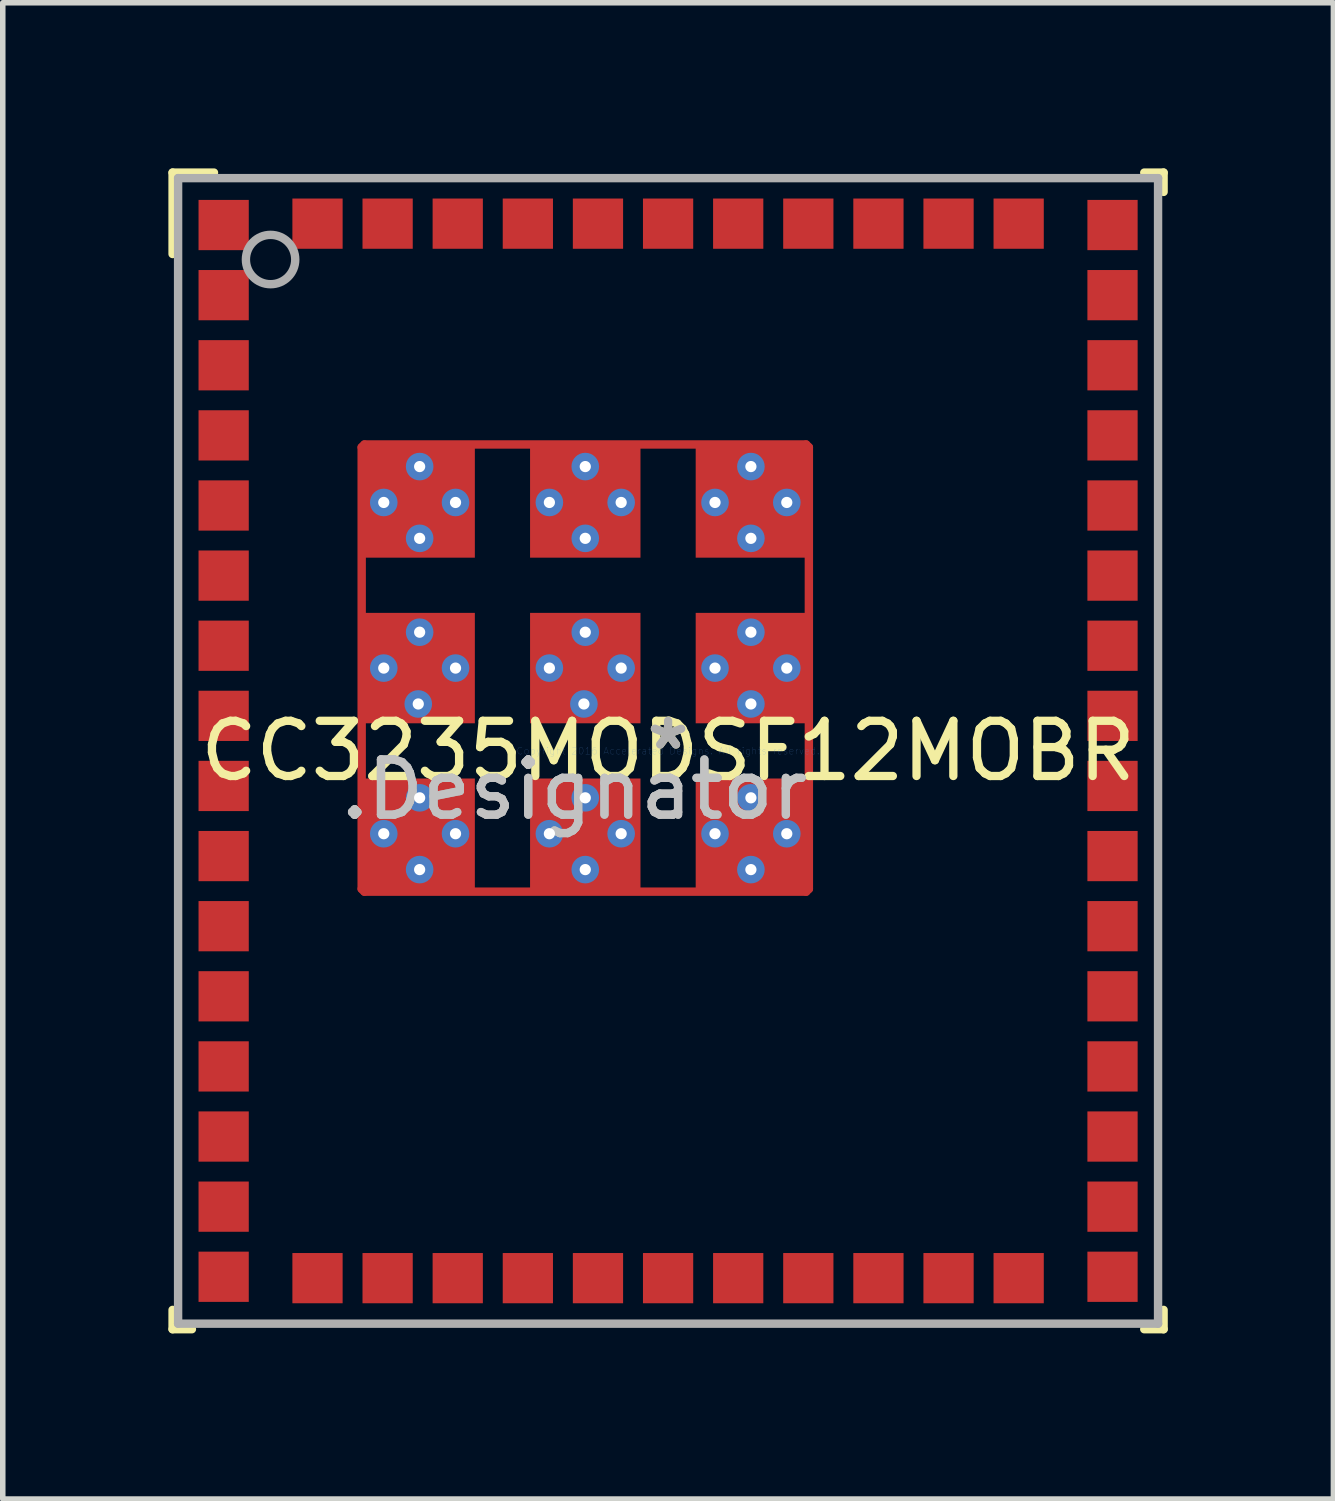
<source format=kicad_pcb>
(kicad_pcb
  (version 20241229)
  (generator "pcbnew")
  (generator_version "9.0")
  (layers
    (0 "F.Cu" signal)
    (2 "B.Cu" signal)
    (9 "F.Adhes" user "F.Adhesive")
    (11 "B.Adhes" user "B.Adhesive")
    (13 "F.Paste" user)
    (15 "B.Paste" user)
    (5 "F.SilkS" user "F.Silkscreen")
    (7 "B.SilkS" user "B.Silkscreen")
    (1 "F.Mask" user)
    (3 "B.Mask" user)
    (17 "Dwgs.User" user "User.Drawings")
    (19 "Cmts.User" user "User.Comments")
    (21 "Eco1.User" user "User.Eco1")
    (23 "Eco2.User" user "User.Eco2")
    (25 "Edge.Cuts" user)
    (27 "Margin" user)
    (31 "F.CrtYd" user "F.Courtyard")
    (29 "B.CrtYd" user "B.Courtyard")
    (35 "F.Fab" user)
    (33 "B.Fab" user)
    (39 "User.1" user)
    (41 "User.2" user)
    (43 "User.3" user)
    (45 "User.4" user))
  (footprint "CC3235MODSF12MOBR"
    (layer "F.Cu")
    (at 9.051 10.551)
    (property "Reference" "CC3235MODSF12MOBR" (at 0 0 0) (layer "F.SilkS") (effects (font (size 1 1) (thickness 0.15))))
    (attr through_hole)
    (fp_line (start -5.55 -5.5) (end -5.5 -5.55) (stroke (width 0.152) (type solid)) (layer "F.Cu"))
    (fp_line (start -5.55 2.5) (end -5.55 -5.5) (stroke (width 0.152) (type solid)) (layer "F.Cu"))
    (fp_line (start -5.5 -5.55) (end 2.5 -5.55) (stroke (width 0.152) (type solid)) (layer "F.Cu"))
    (fp_line (start -5.5 2.55) (end -5.55 2.5) (stroke (width 0.152) (type solid)) (layer "F.Cu"))
    (fp_line (start 2.5 -5.55) (end 2.55 -5.5) (stroke (width 0.152) (type solid)) (layer "F.Cu"))
    (fp_line (start 2.5 2.55) (end -5.5 2.55) (stroke (width 0.152) (type solid)) (layer "F.Cu"))
    (fp_line (start 2.55 -5.5) (end 2.55 2.5) (stroke (width 0.152) (type solid)) (layer "F.Cu"))
    (fp_line (start 2.55 2.5) (end 2.5 2.55) (stroke (width 0.152) (type solid)) (layer "F.Cu"))
    (fp_line (start -5.5 -4.479) (end -5.485 -4.515) (stroke (width 0.152) (type solid)) (layer "F.Mask"))
    (fp_line (start -5.5 -3.55) (end -5.5 -4.479) (stroke (width 0.152) (type solid)) (layer "F.Mask"))
    (fp_line (start -5.485 -4.515) (end -4.515 -5.485) (stroke (width 0.152) (type solid)) (layer "F.Mask"))
    (fp_line (start -5.485 -4.515) (end -5.485 -4.515) (stroke (width 0.152) (type solid)) (layer "F.Mask"))
    (fp_line (start -5.45 -3.5) (end -5.5 -3.55) (stroke (width 0.152) (type solid)) (layer "F.Mask"))
    (fp_line (start -4.515 -5.485) (end -4.515 -5.485) (stroke (width 0.152) (type solid)) (layer "F.Mask"))
    (fp_line (start -4.515 -5.485) (end -4.479 -5.5) (stroke (width 0.152) (type solid)) (layer "F.Mask"))
    (fp_line (start -4.479 -5.5) (end -3.55 -5.5) (stroke (width 0.152) (type solid)) (layer "F.Mask"))
    (fp_line (start -3.55 -5.5) (end -3.5 -5.45) (stroke (width 0.152) (type solid)) (layer "F.Mask"))
    (fp_line (start -3.55 -3.5) (end -5.45 -3.5) (stroke (width 0.152) (type solid)) (layer "F.Mask"))
    (fp_line (start -3.5 -5.45) (end -3.5 -3.55) (stroke (width 0.152) (type solid)) (layer "F.Mask"))
    (fp_line (start -3.5 -3.55) (end -3.55 -3.5) (stroke (width 0.152) (type solid)) (layer "F.Mask"))
    (fp_line (start -8.975 -10.475) (end -8.225 -10.475) (stroke (width 0.152) (type solid)) (layer "F.SilkS"))
    (fp_line (start -8.975 -9) (end -8.975 -10.475) (stroke (width 0.152) (type solid)) (layer "F.SilkS"))
    (fp_line (start -8.975 10.475) (end -8.975 10.125) (stroke (width 0.152) (type solid)) (layer "F.SilkS"))
    (fp_line (start -8.975 10.475) (end -8.625 10.475) (stroke (width 0.152) (type solid)) (layer "F.SilkS"))
    (fp_line (start 8.625 -10.475) (end 8.975 -10.475) (stroke (width 0.152) (type solid)) (layer "F.SilkS"))
    (fp_line (start 8.625 10.475) (end 8.975 10.475) (stroke (width 0.152) (type solid)) (layer "F.SilkS"))
    (fp_line (start 8.975 -10.125) (end 8.975 -10.475) (stroke (width 0.152) (type solid)) (layer "F.SilkS"))
    (fp_line (start 8.975 10.475) (end 8.975 10.125) (stroke (width 0.152) (type solid)) (layer "F.SilkS"))
    (fp_line (start -5.495 -4.346) (end -5.494 -4.356) (stroke (width 0.152) (type solid)) (layer "F.Paste"))
    (fp_line (start -5.495 -3.554) (end -5.495 -4.346) (stroke (width 0.152) (type solid)) (layer "F.Paste"))
    (fp_line (start -5.495 0.554) (end -5.494 0.544) (stroke (width 0.152) (type solid)) (layer "F.Paste"))
    (fp_line (start -5.495 1.346) (end -5.495 0.554) (stroke (width 0.152) (type solid)) (layer "F.Paste"))
    (fp_line (start -5.495 1.654) (end -5.494 1.644) (stroke (width 0.152) (type solid)) (layer "F.Paste"))
    (fp_line (start -5.495 2.446) (end -5.495 1.654) (stroke (width 0.152) (type solid)) (layer "F.Paste"))
    (fp_line (start -5.495 -2.446) (end -5.494 -2.456) (stroke (width 0.152) (type solid)) (layer "F.Paste"))
    (fp_line (start -5.495 -1.654) (end -5.495 -2.446) (stroke (width 0.152) (type solid)) (layer "F.Paste"))
    (fp_line (start -5.495 -1.346) (end -5.494 -1.356) (stroke (width 0.152) (type solid)) (layer "F.Paste"))
    (fp_line (start -5.495 -0.554) (end -5.495 -1.346) (stroke (width 0.152) (type solid)) (layer "F.Paste"))
    (fp_line (start -5.494 -4.356) (end -5.491 -4.365) (stroke (width 0.152) (type solid)) (layer "F.Paste"))
    (fp_line (start -5.494 -3.544) (end -5.495 -3.554) (stroke (width 0.152) (type solid)) (layer "F.Paste"))
    (fp_line (start -5.494 0.544) (end -5.491 0.535) (stroke (width 0.152) (type solid)) (layer "F.Paste"))
    (fp_line (start -5.494 1.356) (end -5.495 1.346) (stroke (width 0.152) (type solid)) (layer "F.Paste"))
    (fp_line (start -5.494 1.644) (end -5.491 1.635) (stroke (width 0.152) (type solid)) (layer "F.Paste"))
    (fp_line (start -5.494 2.456) (end -5.495 2.446) (stroke (width 0.152) (type solid)) (layer "F.Paste"))
    (fp_line (start -5.494 -2.456) (end -5.491 -2.465) (stroke (width 0.152) (type solid)) (layer "F.Paste"))
    (fp_line (start -5.494 -1.644) (end -5.495 -1.654) (stroke (width 0.152) (type solid)) (layer "F.Paste"))
    (fp_line (start -5.494 -1.356) (end -5.491 -1.365) (stroke (width 0.152) (type solid)) (layer "F.Paste"))
    (fp_line (start -5.494 -0.544) (end -5.495 -0.554) (stroke (width 0.152) (type solid)) (layer "F.Paste"))
    (fp_line (start -5.491 -4.365) (end -5.487 -4.373) (stroke (width 0.152) (type solid)) (layer "F.Paste"))
    (fp_line (start -5.491 -3.535) (end -5.494 -3.544) (stroke (width 0.152) (type solid)) (layer "F.Paste"))
    (fp_line (start -5.491 0.535) (end -5.487 0.527) (stroke (width 0.152) (type solid)) (layer "F.Paste"))
    (fp_line (start -5.491 1.365) (end -5.494 1.356) (stroke (width 0.152) (type solid)) (layer "F.Paste"))
    (fp_line (start -5.491 1.635) (end -5.487 1.627) (stroke (width 0.152) (type solid)) (layer "F.Paste"))
    (fp_line (start -5.491 2.465) (end -5.494 2.456) (stroke (width 0.152) (type solid)) (layer "F.Paste"))
    (fp_line (start -5.491 -2.465) (end -5.487 -2.473) (stroke (width 0.152) (type solid)) (layer "F.Paste"))
    (fp_line (start -5.491 -1.635) (end -5.494 -1.644) (stroke (width 0.152) (type solid)) (layer "F.Paste"))
    (fp_line (start -5.491 -1.365) (end -5.487 -1.373) (stroke (width 0.152) (type solid)) (layer "F.Paste"))
    (fp_line (start -5.491 -0.535) (end -5.494 -0.544) (stroke (width 0.152) (type solid)) (layer "F.Paste"))
    (fp_line (start -5.487 -4.373) (end -5.481 -4.381) (stroke (width 0.152) (type solid)) (layer "F.Paste"))
    (fp_line (start -5.487 -3.527) (end -5.491 -3.535) (stroke (width 0.152) (type solid)) (layer "F.Paste"))
    (fp_line (start -5.487 0.527) (end -5.481 0.519) (stroke (width 0.152) (type solid)) (layer "F.Paste"))
    (fp_line (start -5.487 1.373) (end -5.491 1.365) (stroke (width 0.152) (type solid)) (layer "F.Paste"))
    (fp_line (start -5.487 1.627) (end -5.481 1.619) (stroke (width 0.152) (type solid)) (layer "F.Paste"))
    (fp_line (start -5.487 2.473) (end -5.491 2.465) (stroke (width 0.152) (type solid)) (layer "F.Paste"))
    (fp_line (start -5.487 -2.473) (end -5.481 -2.481) (stroke (width 0.152) (type solid)) (layer "F.Paste"))
    (fp_line (start -5.487 -1.627) (end -5.491 -1.635) (stroke (width 0.152) (type solid)) (layer "F.Paste"))
    (fp_line (start -5.487 -1.373) (end -5.481 -1.381) (stroke (width 0.152) (type solid)) (layer "F.Paste"))
    (fp_line (start -5.487 -0.527) (end -5.491 -0.535) (stroke (width 0.152) (type solid)) (layer "F.Paste"))
    (fp_line (start -5.481 -4.381) (end -5.473 -4.387) (stroke (width 0.152) (type solid)) (layer "F.Paste"))
    (fp_line (start -5.481 -3.519) (end -5.487 -3.527) (stroke (width 0.152) (type solid)) (layer "F.Paste"))
    (fp_line (start -5.481 0.519) (end -5.473 0.513) (stroke (width 0.152) (type solid)) (layer "F.Paste"))
    (fp_line (start -5.481 1.381) (end -5.487 1.373) (stroke (width 0.152) (type solid)) (layer "F.Paste"))
    (fp_line (start -5.481 1.619) (end -5.473 1.613) (stroke (width 0.152) (type solid)) (layer "F.Paste"))
    (fp_line (start -5.481 2.481) (end -5.487 2.473) (stroke (width 0.152) (type solid)) (layer "F.Paste"))
    (fp_line (start -5.481 -2.481) (end -5.473 -2.487) (stroke (width 0.152) (type solid)) (layer "F.Paste"))
    (fp_line (start -5.481 -1.619) (end -5.487 -1.627) (stroke (width 0.152) (type solid)) (layer "F.Paste"))
    (fp_line (start -5.481 -1.381) (end -5.473 -1.387) (stroke (width 0.152) (type solid)) (layer "F.Paste"))
    (fp_line (start -5.481 -0.519) (end -5.487 -0.527) (stroke (width 0.152) (type solid)) (layer "F.Paste"))
    (fp_line (start -5.473 -4.387) (end -5.465 -4.391) (stroke (width 0.152) (type solid)) (layer "F.Paste"))
    (fp_line (start -5.473 -3.513) (end -5.481 -3.519) (stroke (width 0.152) (type solid)) (layer "F.Paste"))
    (fp_line (start -5.473 0.513) (end -5.465 0.509) (stroke (width 0.152) (type solid)) (layer "F.Paste"))
    (fp_line (start -5.473 1.387) (end -5.481 1.381) (stroke (width 0.152) (type solid)) (layer "F.Paste"))
    (fp_line (start -5.473 1.613) (end -5.465 1.609) (stroke (width 0.152) (type solid)) (layer "F.Paste"))
    (fp_line (start -5.473 2.487) (end -5.481 2.481) (stroke (width 0.152) (type solid)) (layer "F.Paste"))
    (fp_line (start -5.473 -2.487) (end -5.465 -2.491) (stroke (width 0.152) (type solid)) (layer "F.Paste"))
    (fp_line (start -5.473 -1.613) (end -5.481 -1.619) (stroke (width 0.152) (type solid)) (layer "F.Paste"))
    (fp_line (start -5.473 -1.387) (end -5.465 -1.391) (stroke (width 0.152) (type solid)) (layer "F.Paste"))
    (fp_line (start -5.473 -0.513) (end -5.481 -0.519) (stroke (width 0.152) (type solid)) (layer "F.Paste"))
    (fp_line (start -5.465 -4.391) (end -5.456 -4.394) (stroke (width 0.152) (type solid)) (layer "F.Paste"))
    (fp_line (start -5.465 -3.509) (end -5.473 -3.513) (stroke (width 0.152) (type solid)) (layer "F.Paste"))
    (fp_line (start -5.465 0.509) (end -5.456 0.506) (stroke (width 0.152) (type solid)) (layer "F.Paste"))
    (fp_line (start -5.465 1.391) (end -5.473 1.387) (stroke (width 0.152) (type solid)) (layer "F.Paste"))
    (fp_line (start -5.465 1.609) (end -5.456 1.606) (stroke (width 0.152) (type solid)) (layer "F.Paste"))
    (fp_line (start -5.465 2.491) (end -5.473 2.487) (stroke (width 0.152) (type solid)) (layer "F.Paste"))
    (fp_line (start -5.465 -2.491) (end -5.456 -2.494) (stroke (width 0.152) (type solid)) (layer "F.Paste"))
    (fp_line (start -5.465 -1.609) (end -5.473 -1.613) (stroke (width 0.152) (type solid)) (layer "F.Paste"))
    (fp_line (start -5.465 -1.391) (end -5.456 -1.394) (stroke (width 0.152) (type solid)) (layer "F.Paste"))
    (fp_line (start -5.465 -0.509) (end -5.473 -0.513) (stroke (width 0.152) (type solid)) (layer "F.Paste"))
    (fp_line (start -5.456 -4.394) (end -5.446 -4.395) (stroke (width 0.152) (type solid)) (layer "F.Paste"))
    (fp_line (start -5.456 -3.506) (end -5.465 -3.509) (stroke (width 0.152) (type solid)) (layer "F.Paste"))
    (fp_line (start -5.456 0.506) (end -5.446 0.505) (stroke (width 0.152) (type solid)) (layer "F.Paste"))
    (fp_line (start -5.456 1.394) (end -5.465 1.391) (stroke (width 0.152) (type solid)) (layer "F.Paste"))
    (fp_line (start -5.456 1.606) (end -5.446 1.605) (stroke (width 0.152) (type solid)) (layer "F.Paste"))
    (fp_line (start -5.456 2.494) (end -5.465 2.491) (stroke (width 0.152) (type solid)) (layer "F.Paste"))
    (fp_line (start -5.456 -2.494) (end -5.446 -2.495) (stroke (width 0.152) (type solid)) (layer "F.Paste"))
    (fp_line (start -5.456 -1.606) (end -5.465 -1.609) (stroke (width 0.152) (type solid)) (layer "F.Paste"))
    (fp_line (start -5.456 -1.394) (end -5.446 -1.395) (stroke (width 0.152) (type solid)) (layer "F.Paste"))
    (fp_line (start -5.456 -0.506) (end -5.465 -0.509) (stroke (width 0.152) (type solid)) (layer "F.Paste"))
    (fp_line (start -5.446 -4.395) (end -4.654 -4.395) (stroke (width 0.152) (type solid)) (layer "F.Paste"))
    (fp_line (start -5.446 -3.505) (end -5.456 -3.506) (stroke (width 0.152) (type solid)) (layer "F.Paste"))
    (fp_line (start -5.446 0.505) (end -4.654 0.505) (stroke (width 0.152) (type solid)) (layer "F.Paste"))
    (fp_line (start -5.446 1.395) (end -5.456 1.394) (stroke (width 0.152) (type solid)) (layer "F.Paste"))
    (fp_line (start -5.446 1.605) (end -4.654 1.605) (stroke (width 0.152) (type solid)) (layer "F.Paste"))
    (fp_line (start -5.446 2.495) (end -5.456 2.494) (stroke (width 0.152) (type solid)) (layer "F.Paste"))
    (fp_line (start -5.446 -2.495) (end -4.654 -2.495) (stroke (width 0.152) (type solid)) (layer "F.Paste"))
    (fp_line (start -5.446 -1.605) (end -5.456 -1.606) (stroke (width 0.152) (type solid)) (layer "F.Paste"))
    (fp_line (start -5.446 -1.395) (end -4.654 -1.395) (stroke (width 0.152) (type solid)) (layer "F.Paste"))
    (fp_line (start -5.446 -0.505) (end -5.456 -0.506) (stroke (width 0.152) (type solid)) (layer "F.Paste"))
    (fp_line (start -5.05 -5) (end -5 -5.05) (stroke (width 0.152) (type solid)) (layer "F.Paste"))
    (fp_line (start -5.05 -4.65) (end -5.05 -5) (stroke (width 0.152) (type solid)) (layer "F.Paste"))
    (fp_line (start -5 -5.05) (end -4.45 -5.05) (stroke (width 0.152) (type solid)) (layer "F.Paste"))
    (fp_line (start -5 -4.6) (end -5.05 -4.65) (stroke (width 0.152) (type solid)) (layer "F.Paste"))
    (fp_line (start -4.654 -4.395) (end -4.644 -4.394) (stroke (width 0.152) (type solid)) (layer "F.Paste"))
    (fp_line (start -4.654 -3.505) (end -5.446 -3.505) (stroke (width 0.152) (type solid)) (layer "F.Paste"))
    (fp_line (start -4.654 0.505) (end -4.644 0.506) (stroke (width 0.152) (type solid)) (layer "F.Paste"))
    (fp_line (start -4.654 1.395) (end -5.446 1.395) (stroke (width 0.152) (type solid)) (layer "F.Paste"))
    (fp_line (start -4.654 1.605) (end -4.644 1.606) (stroke (width 0.152) (type solid)) (layer "F.Paste"))
    (fp_line (start -4.654 2.495) (end -5.446 2.495) (stroke (width 0.152) (type solid)) (layer "F.Paste"))
    (fp_line (start -4.654 -2.495) (end -4.644 -2.494) (stroke (width 0.152) (type solid)) (layer "F.Paste"))
    (fp_line (start -4.654 -1.605) (end -5.446 -1.605) (stroke (width 0.152) (type solid)) (layer "F.Paste"))
    (fp_line (start -4.654 -1.395) (end -4.644 -1.394) (stroke (width 0.152) (type solid)) (layer "F.Paste"))
    (fp_line (start -4.654 -0.505) (end -5.446 -0.505) (stroke (width 0.152) (type solid)) (layer "F.Paste"))
    (fp_line (start -4.644 -4.394) (end -4.635 -4.391) (stroke (width 0.152) (type solid)) (layer "F.Paste"))
    (fp_line (start -4.644 -3.506) (end -4.654 -3.505) (stroke (width 0.152) (type solid)) (layer "F.Paste"))
    (fp_line (start -4.644 0.506) (end -4.635 0.509) (stroke (width 0.152) (type solid)) (layer "F.Paste"))
    (fp_line (start -4.644 1.394) (end -4.654 1.395) (stroke (width 0.152) (type solid)) (layer "F.Paste"))
    (fp_line (start -4.644 1.606) (end -4.635 1.609) (stroke (width 0.152) (type solid)) (layer "F.Paste"))
    (fp_line (start -4.644 2.494) (end -4.654 2.495) (stroke (width 0.152) (type solid)) (layer "F.Paste"))
    (fp_line (start -4.644 -2.494) (end -4.635 -2.491) (stroke (width 0.152) (type solid)) (layer "F.Paste"))
    (fp_line (start -4.644 -1.606) (end -4.654 -1.605) (stroke (width 0.152) (type solid)) (layer "F.Paste"))
    (fp_line (start -4.644 -1.394) (end -4.635 -1.391) (stroke (width 0.152) (type solid)) (layer "F.Paste"))
    (fp_line (start -4.644 -0.506) (end -4.654 -0.505) (stroke (width 0.152) (type solid)) (layer "F.Paste"))
    (fp_line (start -4.635 -4.391) (end -4.627 -4.387) (stroke (width 0.152) (type solid)) (layer "F.Paste"))
    (fp_line (start -4.635 -3.509) (end -4.644 -3.506) (stroke (width 0.152) (type solid)) (layer "F.Paste"))
    (fp_line (start -4.635 0.509) (end -4.627 0.513) (stroke (width 0.152) (type solid)) (layer "F.Paste"))
    (fp_line (start -4.635 1.391) (end -4.644 1.394) (stroke (width 0.152) (type solid)) (layer "F.Paste"))
    (fp_line (start -4.635 1.609) (end -4.627 1.613) (stroke (width 0.152) (type solid)) (layer "F.Paste"))
    (fp_line (start -4.635 2.491) (end -4.644 2.494) (stroke (width 0.152) (type solid)) (layer "F.Paste"))
    (fp_line (start -4.635 -2.491) (end -4.627 -2.487) (stroke (width 0.152) (type solid)) (layer "F.Paste"))
    (fp_line (start -4.635 -1.609) (end -4.644 -1.606) (stroke (width 0.152) (type solid)) (layer "F.Paste"))
    (fp_line (start -4.635 -1.391) (end -4.627 -1.387) (stroke (width 0.152) (type solid)) (layer "F.Paste"))
    (fp_line (start -4.635 -0.509) (end -4.644 -0.506) (stroke (width 0.152) (type solid)) (layer "F.Paste"))
    (fp_line (start -4.627 -4.387) (end -4.619 -4.381) (stroke (width 0.152) (type solid)) (layer "F.Paste"))
    (fp_line (start -4.627 -3.513) (end -4.635 -3.509) (stroke (width 0.152) (type solid)) (layer "F.Paste"))
    (fp_line (start -4.627 0.513) (end -4.619 0.519) (stroke (width 0.152) (type solid)) (layer "F.Paste"))
    (fp_line (start -4.627 1.387) (end -4.635 1.391) (stroke (width 0.152) (type solid)) (layer "F.Paste"))
    (fp_line (start -4.627 1.613) (end -4.619 1.619) (stroke (width 0.152) (type solid)) (layer "F.Paste"))
    (fp_line (start -4.627 2.487) (end -4.635 2.491) (stroke (width 0.152) (type solid)) (layer "F.Paste"))
    (fp_line (start -4.627 -2.487) (end -4.619 -2.481) (stroke (width 0.152) (type solid)) (layer "F.Paste"))
    (fp_line (start -4.627 -1.613) (end -4.635 -1.609) (stroke (width 0.152) (type solid)) (layer "F.Paste"))
    (fp_line (start -4.627 -1.387) (end -4.619 -1.381) (stroke (width 0.152) (type solid)) (layer "F.Paste"))
    (fp_line (start -4.627 -0.513) (end -4.635 -0.509) (stroke (width 0.152) (type solid)) (layer "F.Paste"))
    (fp_line (start -4.619 -4.381) (end -4.613 -4.373) (stroke (width 0.152) (type solid)) (layer "F.Paste"))
    (fp_line (start -4.619 -3.519) (end -4.627 -3.513) (stroke (width 0.152) (type solid)) (layer "F.Paste"))
    (fp_line (start -4.619 0.519) (end -4.613 0.527) (stroke (width 0.152) (type solid)) (layer "F.Paste"))
    (fp_line (start -4.619 1.381) (end -4.627 1.387) (stroke (width 0.152) (type solid)) (layer "F.Paste"))
    (fp_line (start -4.619 1.619) (end -4.613 1.627) (stroke (width 0.152) (type solid)) (layer "F.Paste"))
    (fp_line (start -4.619 2.481) (end -4.627 2.487) (stroke (width 0.152) (type solid)) (layer "F.Paste"))
    (fp_line (start -4.619 -2.481) (end -4.613 -2.473) (stroke (width 0.152) (type solid)) (layer "F.Paste"))
    (fp_line (start -4.619 -1.619) (end -4.627 -1.613) (stroke (width 0.152) (type solid)) (layer "F.Paste"))
    (fp_line (start -4.619 -1.381) (end -4.613 -1.373) (stroke (width 0.152) (type solid)) (layer "F.Paste"))
    (fp_line (start -4.619 -0.519) (end -4.627 -0.513) (stroke (width 0.152) (type solid)) (layer "F.Paste"))
    (fp_line (start -4.613 -4.373) (end -4.609 -4.365) (stroke (width 0.152) (type solid)) (layer "F.Paste"))
    (fp_line (start -4.613 -3.527) (end -4.619 -3.519) (stroke (width 0.152) (type solid)) (layer "F.Paste"))
    (fp_line (start -4.613 0.527) (end -4.609 0.535) (stroke (width 0.152) (type solid)) (layer "F.Paste"))
    (fp_line (start -4.613 1.373) (end -4.619 1.381) (stroke (width 0.152) (type solid)) (layer "F.Paste"))
    (fp_line (start -4.613 1.627) (end -4.609 1.635) (stroke (width 0.152) (type solid)) (layer "F.Paste"))
    (fp_line (start -4.613 2.473) (end -4.619 2.481) (stroke (width 0.152) (type solid)) (layer "F.Paste"))
    (fp_line (start -4.613 -2.473) (end -4.609 -2.465) (stroke (width 0.152) (type solid)) (layer "F.Paste"))
    (fp_line (start -4.613 -1.627) (end -4.619 -1.619) (stroke (width 0.152) (type solid)) (layer "F.Paste"))
    (fp_line (start -4.613 -1.373) (end -4.609 -1.365) (stroke (width 0.152) (type solid)) (layer "F.Paste"))
    (fp_line (start -4.613 -0.527) (end -4.619 -0.519) (stroke (width 0.152) (type solid)) (layer "F.Paste"))
    (fp_line (start -4.609 -4.365) (end -4.606 -4.356) (stroke (width 0.152) (type solid)) (layer "F.Paste"))
    (fp_line (start -4.609 -3.535) (end -4.613 -3.527) (stroke (width 0.152) (type solid)) (layer "F.Paste"))
    (fp_line (start -4.609 0.535) (end -4.606 0.544) (stroke (width 0.152) (type solid)) (layer "F.Paste"))
    (fp_line (start -4.609 1.365) (end -4.613 1.373) (stroke (width 0.152) (type solid)) (layer "F.Paste"))
    (fp_line (start -4.609 1.635) (end -4.606 1.644) (stroke (width 0.152) (type solid)) (layer "F.Paste"))
    (fp_line (start -4.609 2.465) (end -4.613 2.473) (stroke (width 0.152) (type solid)) (layer "F.Paste"))
    (fp_line (start -4.609 -2.465) (end -4.606 -2.456) (stroke (width 0.152) (type solid)) (layer "F.Paste"))
    (fp_line (start -4.609 -1.635) (end -4.613 -1.627) (stroke (width 0.152) (type solid)) (layer "F.Paste"))
    (fp_line (start -4.609 -1.365) (end -4.606 -1.356) (stroke (width 0.152) (type solid)) (layer "F.Paste"))
    (fp_line (start -4.609 -0.535) (end -4.613 -0.527) (stroke (width 0.152) (type solid)) (layer "F.Paste"))
    (fp_line (start -4.606 -4.356) (end -4.605 -4.346) (stroke (width 0.152) (type solid)) (layer "F.Paste"))
    (fp_line (start -4.606 -3.544) (end -4.609 -3.535) (stroke (width 0.152) (type solid)) (layer "F.Paste"))
    (fp_line (start -4.606 0.544) (end -4.605 0.554) (stroke (width 0.152) (type solid)) (layer "F.Paste"))
    (fp_line (start -4.606 1.356) (end -4.609 1.365) (stroke (width 0.152) (type solid)) (layer "F.Paste"))
    (fp_line (start -4.606 1.644) (end -4.605 1.654) (stroke (width 0.152) (type solid)) (layer "F.Paste"))
    (fp_line (start -4.606 2.456) (end -4.609 2.465) (stroke (width 0.152) (type solid)) (layer "F.Paste"))
    (fp_line (start -4.606 -2.456) (end -4.605 -2.446) (stroke (width 0.152) (type solid)) (layer "F.Paste"))
    (fp_line (start -4.606 -1.644) (end -4.609 -1.635) (stroke (width 0.152) (type solid)) (layer "F.Paste"))
    (fp_line (start -4.606 -1.356) (end -4.605 -1.346) (stroke (width 0.152) (type solid)) (layer "F.Paste"))
    (fp_line (start -4.606 -0.544) (end -4.609 -0.535) (stroke (width 0.152) (type solid)) (layer "F.Paste"))
    (fp_line (start -4.605 -4.346) (end -4.605 -3.554) (stroke (width 0.152) (type solid)) (layer "F.Paste"))
    (fp_line (start -4.605 -3.554) (end -4.606 -3.544) (stroke (width 0.152) (type solid)) (layer "F.Paste"))
    (fp_line (start -4.605 0.554) (end -4.605 1.346) (stroke (width 0.152) (type solid)) (layer "F.Paste"))
    (fp_line (start -4.605 1.346) (end -4.606 1.356) (stroke (width 0.152) (type solid)) (layer "F.Paste"))
    (fp_line (start -4.605 1.654) (end -4.605 2.446) (stroke (width 0.152) (type solid)) (layer "F.Paste"))
    (fp_line (start -4.605 2.446) (end -4.606 2.456) (stroke (width 0.152) (type solid)) (layer "F.Paste"))
    (fp_line (start -4.605 -2.446) (end -4.605 -1.654) (stroke (width 0.152) (type solid)) (layer "F.Paste"))
    (fp_line (start -4.605 -1.654) (end -4.606 -1.644) (stroke (width 0.152) (type solid)) (layer "F.Paste"))
    (fp_line (start -4.605 -1.346) (end -4.605 -0.554) (stroke (width 0.152) (type solid)) (layer "F.Paste"))
    (fp_line (start -4.605 -0.554) (end -4.606 -0.544) (stroke (width 0.152) (type solid)) (layer "F.Paste"))
    (fp_line (start -4.45 -5.05) (end -4.4 -5.1) (stroke (width 0.152) (type solid)) (layer "F.Paste"))
    (fp_line (start -4.4 -5.44) (end -4.35 -5.49) (stroke (width 0.152) (type solid)) (layer "F.Paste"))
    (fp_line (start -4.4 -5.1) (end -4.4 -5.44) (stroke (width 0.152) (type solid)) (layer "F.Paste"))
    (fp_line (start -4.395 -4.346) (end -4.394 -4.356) (stroke (width 0.152) (type solid)) (layer "F.Paste"))
    (fp_line (start -4.395 -3.554) (end -4.395 -4.346) (stroke (width 0.152) (type solid)) (layer "F.Paste"))
    (fp_line (start -4.395 0.554) (end -4.394 0.544) (stroke (width 0.152) (type solid)) (layer "F.Paste"))
    (fp_line (start -4.395 1.346) (end -4.395 0.554) (stroke (width 0.152) (type solid)) (layer "F.Paste"))
    (fp_line (start -4.395 1.654) (end -4.394 1.644) (stroke (width 0.152) (type solid)) (layer "F.Paste"))
    (fp_line (start -4.395 2.446) (end -4.395 1.654) (stroke (width 0.152) (type solid)) (layer "F.Paste"))
    (fp_line (start -4.395 -2.446) (end -4.394 -2.456) (stroke (width 0.152) (type solid)) (layer "F.Paste"))
    (fp_line (start -4.395 -1.654) (end -4.395 -2.446) (stroke (width 0.152) (type solid)) (layer "F.Paste"))
    (fp_line (start -4.395 -1.346) (end -4.394 -1.356) (stroke (width 0.152) (type solid)) (layer "F.Paste"))
    (fp_line (start -4.395 -0.554) (end -4.395 -1.346) (stroke (width 0.152) (type solid)) (layer "F.Paste"))
    (fp_line (start -4.394 -4.356) (end -4.391 -4.365) (stroke (width 0.152) (type solid)) (layer "F.Paste"))
    (fp_line (start -4.394 -3.544) (end -4.395 -3.554) (stroke (width 0.152) (type solid)) (layer "F.Paste"))
    (fp_line (start -4.394 0.544) (end -4.391 0.535) (stroke (width 0.152) (type solid)) (layer "F.Paste"))
    (fp_line (start -4.394 1.356) (end -4.395 1.346) (stroke (width 0.152) (type solid)) (layer "F.Paste"))
    (fp_line (start -4.394 1.644) (end -4.391 1.635) (stroke (width 0.152) (type solid)) (layer "F.Paste"))
    (fp_line (start -4.394 2.456) (end -4.395 2.446) (stroke (width 0.152) (type solid)) (layer "F.Paste"))
    (fp_line (start -4.394 -2.456) (end -4.391 -2.465) (stroke (width 0.152) (type solid)) (layer "F.Paste"))
    (fp_line (start -4.394 -1.644) (end -4.395 -1.654) (stroke (width 0.152) (type solid)) (layer "F.Paste"))
    (fp_line (start -4.394 -1.356) (end -4.391 -1.365) (stroke (width 0.152) (type solid)) (layer "F.Paste"))
    (fp_line (start -4.394 -0.544) (end -4.395 -0.554) (stroke (width 0.152) (type solid)) (layer "F.Paste"))
    (fp_line (start -4.391 -4.365) (end -4.387 -4.373) (stroke (width 0.152) (type solid)) (layer "F.Paste"))
    (fp_line (start -4.391 -3.535) (end -4.394 -3.544) (stroke (width 0.152) (type solid)) (layer "F.Paste"))
    (fp_line (start -4.391 0.535) (end -4.387 0.527) (stroke (width 0.152) (type solid)) (layer "F.Paste"))
    (fp_line (start -4.391 1.365) (end -4.394 1.356) (stroke (width 0.152) (type solid)) (layer "F.Paste"))
    (fp_line (start -4.391 1.635) (end -4.387 1.627) (stroke (width 0.152) (type solid)) (layer "F.Paste"))
    (fp_line (start -4.391 2.465) (end -4.394 2.456) (stroke (width 0.152) (type solid)) (layer "F.Paste"))
    (fp_line (start -4.391 -2.465) (end -4.387 -2.473) (stroke (width 0.152) (type solid)) (layer "F.Paste"))
    (fp_line (start -4.391 -1.635) (end -4.394 -1.644) (stroke (width 0.152) (type solid)) (layer "F.Paste"))
    (fp_line (start -4.391 -1.365) (end -4.387 -1.373) (stroke (width 0.152) (type solid)) (layer "F.Paste"))
    (fp_line (start -4.391 -0.535) (end -4.394 -0.544) (stroke (width 0.152) (type solid)) (layer "F.Paste"))
    (fp_line (start -4.387 -4.373) (end -4.381 -4.381) (stroke (width 0.152) (type solid)) (layer "F.Paste"))
    (fp_line (start -4.387 -3.527) (end -4.391 -3.535) (stroke (width 0.152) (type solid)) (layer "F.Paste"))
    (fp_line (start -4.387 0.527) (end -4.381 0.519) (stroke (width 0.152) (type solid)) (layer "F.Paste"))
    (fp_line (start -4.387 1.373) (end -4.391 1.365) (stroke (width 0.152) (type solid)) (layer "F.Paste"))
    (fp_line (start -4.387 1.627) (end -4.381 1.619) (stroke (width 0.152) (type solid)) (layer "F.Paste"))
    (fp_line (start -4.387 2.473) (end -4.391 2.465) (stroke (width 0.152) (type solid)) (layer "F.Paste"))
    (fp_line (start -4.387 -2.473) (end -4.381 -2.481) (stroke (width 0.152) (type solid)) (layer "F.Paste"))
    (fp_line (start -4.387 -1.627) (end -4.391 -1.635) (stroke (width 0.152) (type solid)) (layer "F.Paste"))
    (fp_line (start -4.387 -1.373) (end -4.381 -1.381) (stroke (width 0.152) (type solid)) (layer "F.Paste"))
    (fp_line (start -4.387 -0.527) (end -4.391 -0.535) (stroke (width 0.152) (type solid)) (layer "F.Paste"))
    (fp_line (start -4.381 -4.381) (end -4.373 -4.387) (stroke (width 0.152) (type solid)) (layer "F.Paste"))
    (fp_line (start -4.381 -3.519) (end -4.387 -3.527) (stroke (width 0.152) (type solid)) (layer "F.Paste"))
    (fp_line (start -4.381 0.519) (end -4.373 0.513) (stroke (width 0.152) (type solid)) (layer "F.Paste"))
    (fp_line (start -4.381 1.381) (end -4.387 1.373) (stroke (width 0.152) (type solid)) (layer "F.Paste"))
    (fp_line (start -4.381 1.619) (end -4.373 1.613) (stroke (width 0.152) (type solid)) (layer "F.Paste"))
    (fp_line (start -4.381 2.481) (end -4.387 2.473) (stroke (width 0.152) (type solid)) (layer "F.Paste"))
    (fp_line (start -4.381 -2.481) (end -4.373 -2.487) (stroke (width 0.152) (type solid)) (layer "F.Paste"))
    (fp_line (start -4.381 -1.619) (end -4.387 -1.627) (stroke (width 0.152) (type solid)) (layer "F.Paste"))
    (fp_line (start -4.381 -1.381) (end -4.373 -1.387) (stroke (width 0.152) (type solid)) (layer "F.Paste"))
    (fp_line (start -4.381 -0.519) (end -4.387 -0.527) (stroke (width 0.152) (type solid)) (layer "F.Paste"))
    (fp_line (start -4.373 -4.387) (end -4.365 -4.391) (stroke (width 0.152) (type solid)) (layer "F.Paste"))
    (fp_line (start -4.373 -3.513) (end -4.381 -3.519) (stroke (width 0.152) (type solid)) (layer "F.Paste"))
    (fp_line (start -4.373 0.513) (end -4.365 0.509) (stroke (width 0.152) (type solid)) (layer "F.Paste"))
    (fp_line (start -4.373 1.387) (end -4.381 1.381) (stroke (width 0.152) (type solid)) (layer "F.Paste"))
    (fp_line (start -4.373 1.613) (end -4.365 1.609) (stroke (width 0.152) (type solid)) (layer "F.Paste"))
    (fp_line (start -4.373 2.487) (end -4.381 2.481) (stroke (width 0.152) (type solid)) (layer "F.Paste"))
    (fp_line (start -4.373 -2.487) (end -4.365 -2.491) (stroke (width 0.152) (type solid)) (layer "F.Paste"))
    (fp_line (start -4.373 -1.613) (end -4.381 -1.619) (stroke (width 0.152) (type solid)) (layer "F.Paste"))
    (fp_line (start -4.373 -1.387) (end -4.365 -1.391) (stroke (width 0.152) (type solid)) (layer "F.Paste"))
    (fp_line (start -4.373 -0.513) (end -4.381 -0.519) (stroke (width 0.152) (type solid)) (layer "F.Paste"))
    (fp_line (start -4.365 -4.391) (end -4.356 -4.394) (stroke (width 0.152) (type solid)) (layer "F.Paste"))
    (fp_line (start -4.365 -3.509) (end -4.373 -3.513) (stroke (width 0.152) (type solid)) (layer "F.Paste"))
    (fp_line (start -4.365 0.509) (end -4.356 0.506) (stroke (width 0.152) (type solid)) (layer "F.Paste"))
    (fp_line (start -4.365 1.391) (end -4.373 1.387) (stroke (width 0.152) (type solid)) (layer "F.Paste"))
    (fp_line (start -4.365 1.609) (end -4.356 1.606) (stroke (width 0.152) (type solid)) (layer "F.Paste"))
    (fp_line (start -4.365 2.491) (end -4.373 2.487) (stroke (width 0.152) (type solid)) (layer "F.Paste"))
    (fp_line (start -4.365 -2.491) (end -4.356 -2.494) (stroke (width 0.152) (type solid)) (layer "F.Paste"))
    (fp_line (start -4.365 -1.609) (end -4.373 -1.613) (stroke (width 0.152) (type solid)) (layer "F.Paste"))
    (fp_line (start -4.365 -1.391) (end -4.356 -1.394) (stroke (width 0.152) (type solid)) (layer "F.Paste"))
    (fp_line (start -4.365 -0.509) (end -4.373 -0.513) (stroke (width 0.152) (type solid)) (layer "F.Paste"))
    (fp_line (start -4.356 -4.394) (end -4.346 -4.395) (stroke (width 0.152) (type solid)) (layer "F.Paste"))
    (fp_line (start -4.356 -3.506) (end -4.365 -3.509) (stroke (width 0.152) (type solid)) (layer "F.Paste"))
    (fp_line (start -4.356 0.506) (end -4.346 0.505) (stroke (width 0.152) (type solid)) (layer "F.Paste"))
    (fp_line (start -4.356 1.394) (end -4.365 1.391) (stroke (width 0.152) (type solid)) (layer "F.Paste"))
    (fp_line (start -4.356 1.606) (end -4.346 1.605) (stroke (width 0.152) (type solid)) (layer "F.Paste"))
    (fp_line (start -4.356 2.494) (end -4.365 2.491) (stroke (width 0.152) (type solid)) (layer "F.Paste"))
    (fp_line (start -4.356 -2.494) (end -4.346 -2.495) (stroke (width 0.152) (type solid)) (layer "F.Paste"))
    (fp_line (start -4.356 -1.606) (end -4.365 -1.609) (stroke (width 0.152) (type solid)) (layer "F.Paste"))
    (fp_line (start -4.356 -1.394) (end -4.346 -1.395) (stroke (width 0.152) (type solid)) (layer "F.Paste"))
    (fp_line (start -4.356 -0.506) (end -4.365 -0.509) (stroke (width 0.152) (type solid)) (layer "F.Paste"))
    (fp_line (start -4.35 -5.49) (end -3.56 -5.49) (stroke (width 0.152) (type solid)) (layer "F.Paste"))
    (fp_line (start -4.346 -4.395) (end -3.554 -4.395) (stroke (width 0.152) (type solid)) (layer "F.Paste"))
    (fp_line (start -4.346 -3.505) (end -4.356 -3.506) (stroke (width 0.152) (type solid)) (layer "F.Paste"))
    (fp_line (start -4.346 0.505) (end -3.554 0.505) (stroke (width 0.152) (type solid)) (layer "F.Paste"))
    (fp_line (start -4.346 1.395) (end -4.356 1.394) (stroke (width 0.152) (type solid)) (layer "F.Paste"))
    (fp_line (start -4.346 1.605) (end -3.554 1.605) (stroke (width 0.152) (type solid)) (layer "F.Paste"))
    (fp_line (start -4.346 2.495) (end -4.356 2.494) (stroke (width 0.152) (type solid)) (layer "F.Paste"))
    (fp_line (start -4.346 -2.495) (end -3.554 -2.495) (stroke (width 0.152) (type solid)) (layer "F.Paste"))
    (fp_line (start -4.346 -1.605) (end -4.356 -1.606) (stroke (width 0.152) (type solid)) (layer "F.Paste"))
    (fp_line (start -4.346 -1.395) (end -3.554 -1.395) (stroke (width 0.152) (type solid)) (layer "F.Paste"))
    (fp_line (start -4.346 -0.505) (end -4.356 -0.506) (stroke (width 0.152) (type solid)) (layer "F.Paste"))
    (fp_line (start -3.56 -5.49) (end -3.51 -5.44) (stroke (width 0.152) (type solid)) (layer "F.Paste"))
    (fp_line (start -3.56 -4.6) (end -5 -4.6) (stroke (width 0.152) (type solid)) (layer "F.Paste"))
    (fp_line (start -3.554 -4.395) (end -3.544 -4.394) (stroke (width 0.152) (type solid)) (layer "F.Paste"))
    (fp_line (start -3.554 -3.505) (end -4.346 -3.505) (stroke (width 0.152) (type solid)) (layer "F.Paste"))
    (fp_line (start -3.554 0.505) (end -3.544 0.506) (stroke (width 0.152) (type solid)) (layer "F.Paste"))
    (fp_line (start -3.554 1.395) (end -4.346 1.395) (stroke (width 0.152) (type solid)) (layer "F.Paste"))
    (fp_line (start -3.554 1.605) (end -3.544 1.606) (stroke (width 0.152) (type solid)) (layer "F.Paste"))
    (fp_line (start -3.554 2.495) (end -4.346 2.495) (stroke (width 0.152) (type solid)) (layer "F.Paste"))
    (fp_line (start -3.554 -2.495) (end -3.544 -2.494) (stroke (width 0.152) (type solid)) (layer "F.Paste"))
    (fp_line (start -3.554 -1.605) (end -4.346 -1.605) (stroke (width 0.152) (type solid)) (layer "F.Paste"))
    (fp_line (start -3.554 -1.395) (end -3.544 -1.394) (stroke (width 0.152) (type solid)) (layer "F.Paste"))
    (fp_line (start -3.554 -0.505) (end -4.346 -0.505) (stroke (width 0.152) (type solid)) (layer "F.Paste"))
    (fp_line (start -3.544 -4.394) (end -3.535 -4.391) (stroke (width 0.152) (type solid)) (layer "F.Paste"))
    (fp_line (start -3.544 -3.506) (end -3.554 -3.505) (stroke (width 0.152) (type solid)) (layer "F.Paste"))
    (fp_line (start -3.544 0.506) (end -3.535 0.509) (stroke (width 0.152) (type solid)) (layer "F.Paste"))
    (fp_line (start -3.544 1.394) (end -3.554 1.395) (stroke (width 0.152) (type solid)) (layer "F.Paste"))
    (fp_line (start -3.544 1.606) (end -3.535 1.609) (stroke (width 0.152) (type solid)) (layer "F.Paste"))
    (fp_line (start -3.544 2.494) (end -3.554 2.495) (stroke (width 0.152) (type solid)) (layer "F.Paste"))
    (fp_line (start -3.544 -2.494) (end -3.535 -2.491) (stroke (width 0.152) (type solid)) (layer "F.Paste"))
    (fp_line (start -3.544 -1.606) (end -3.554 -1.605) (stroke (width 0.152) (type solid)) (layer "F.Paste"))
    (fp_line (start -3.544 -1.394) (end -3.535 -1.391) (stroke (width 0.152) (type solid)) (layer "F.Paste"))
    (fp_line (start -3.544 -0.506) (end -3.554 -0.505) (stroke (width 0.152) (type solid)) (layer "F.Paste"))
    (fp_line (start -3.535 -4.391) (end -3.527 -4.387) (stroke (width 0.152) (type solid)) (layer "F.Paste"))
    (fp_line (start -3.535 -3.509) (end -3.544 -3.506) (stroke (width 0.152) (type solid)) (layer "F.Paste"))
    (fp_line (start -3.535 0.509) (end -3.527 0.513) (stroke (width 0.152) (type solid)) (layer "F.Paste"))
    (fp_line (start -3.535 1.391) (end -3.544 1.394) (stroke (width 0.152) (type solid)) (layer "F.Paste"))
    (fp_line (start -3.535 1.609) (end -3.527 1.613) (stroke (width 0.152) (type solid)) (layer "F.Paste"))
    (fp_line (start -3.535 2.491) (end -3.544 2.494) (stroke (width 0.152) (type solid)) (layer "F.Paste"))
    (fp_line (start -3.535 -2.491) (end -3.527 -2.487) (stroke (width 0.152) (type solid)) (layer "F.Paste"))
    (fp_line (start -3.535 -1.609) (end -3.544 -1.606) (stroke (width 0.152) (type solid)) (layer "F.Paste"))
    (fp_line (start -3.535 -1.391) (end -3.527 -1.387) (stroke (width 0.152) (type solid)) (layer "F.Paste"))
    (fp_line (start -3.535 -0.509) (end -3.544 -0.506) (stroke (width 0.152) (type solid)) (layer "F.Paste"))
    (fp_line (start -3.527 -4.387) (end -3.519 -4.381) (stroke (width 0.152) (type solid)) (layer "F.Paste"))
    (fp_line (start -3.527 -3.513) (end -3.535 -3.509) (stroke (width 0.152) (type solid)) (layer "F.Paste"))
    (fp_line (start -3.527 0.513) (end -3.519 0.519) (stroke (width 0.152) (type solid)) (layer "F.Paste"))
    (fp_line (start -3.527 1.387) (end -3.535 1.391) (stroke (width 0.152) (type solid)) (layer "F.Paste"))
    (fp_line (start -3.527 1.613) (end -3.519 1.619) (stroke (width 0.152) (type solid)) (layer "F.Paste"))
    (fp_line (start -3.527 2.487) (end -3.535 2.491) (stroke (width 0.152) (type solid)) (layer "F.Paste"))
    (fp_line (start -3.527 -2.487) (end -3.519 -2.481) (stroke (width 0.152) (type solid)) (layer "F.Paste"))
    (fp_line (start -3.527 -1.613) (end -3.535 -1.609) (stroke (width 0.152) (type solid)) (layer "F.Paste"))
    (fp_line (start -3.527 -1.387) (end -3.519 -1.381) (stroke (width 0.152) (type solid)) (layer "F.Paste"))
    (fp_line (start -3.527 -0.513) (end -3.535 -0.509) (stroke (width 0.152) (type solid)) (layer "F.Paste"))
    (fp_line (start -3.519 -4.381) (end -3.513 -4.373) (stroke (width 0.152) (type solid)) (layer "F.Paste"))
    (fp_line (start -3.519 -3.519) (end -3.527 -3.513) (stroke (width 0.152) (type solid)) (layer "F.Paste"))
    (fp_line (start -3.519 0.519) (end -3.513 0.527) (stroke (width 0.152) (type solid)) (layer "F.Paste"))
    (fp_line (start -3.519 1.381) (end -3.527 1.387) (stroke (width 0.152) (type solid)) (layer "F.Paste"))
    (fp_line (start -3.519 1.619) (end -3.513 1.627) (stroke (width 0.152) (type solid)) (layer "F.Paste"))
    (fp_line (start -3.519 2.481) (end -3.527 2.487) (stroke (width 0.152) (type solid)) (layer "F.Paste"))
    (fp_line (start -3.519 -2.481) (end -3.513 -2.473) (stroke (width 0.152) (type solid)) (layer "F.Paste"))
    (fp_line (start -3.519 -1.619) (end -3.527 -1.613) (stroke (width 0.152) (type solid)) (layer "F.Paste"))
    (fp_line (start -3.519 -1.381) (end -3.513 -1.373) (stroke (width 0.152) (type solid)) (layer "F.Paste"))
    (fp_line (start -3.519 -0.519) (end -3.527 -0.513) (stroke (width 0.152) (type solid)) (layer "F.Paste"))
    (fp_line (start -3.513 -4.373) (end -3.509 -4.365) (stroke (width 0.152) (type solid)) (layer "F.Paste"))
    (fp_line (start -3.513 -3.527) (end -3.519 -3.519) (stroke (width 0.152) (type solid)) (layer "F.Paste"))
    (fp_line (start -3.513 0.527) (end -3.509 0.535) (stroke (width 0.152) (type solid)) (layer "F.Paste"))
    (fp_line (start -3.513 1.373) (end -3.519 1.381) (stroke (width 0.152) (type solid)) (layer "F.Paste"))
    (fp_line (start -3.513 1.627) (end -3.509 1.635) (stroke (width 0.152) (type solid)) (layer "F.Paste"))
    (fp_line (start -3.513 2.473) (end -3.519 2.481) (stroke (width 0.152) (type solid)) (layer "F.Paste"))
    (fp_line (start -3.513 -2.473) (end -3.509 -2.465) (stroke (width 0.152) (type solid)) (layer "F.Paste"))
    (fp_line (start -3.513 -1.627) (end -3.519 -1.619) (stroke (width 0.152) (type solid)) (layer "F.Paste"))
    (fp_line (start -3.513 -1.373) (end -3.509 -1.365) (stroke (width 0.152) (type solid)) (layer "F.Paste"))
    (fp_line (start -3.513 -0.527) (end -3.519 -0.519) (stroke (width 0.152) (type solid)) (layer "F.Paste"))
    (fp_line (start -3.51 -5.44) (end -3.51 -4.65) (stroke (width 0.152) (type solid)) (layer "F.Paste"))
    (fp_line (start -3.51 -4.65) (end -3.56 -4.6) (stroke (width 0.152) (type solid)) (layer "F.Paste"))
    (fp_line (start -3.509 -4.365) (end -3.506 -4.356) (stroke (width 0.152) (type solid)) (layer "F.Paste"))
    (fp_line (start -3.509 -3.535) (end -3.513 -3.527) (stroke (width 0.152) (type solid)) (layer "F.Paste"))
    (fp_line (start -3.509 0.535) (end -3.506 0.544) (stroke (width 0.152) (type solid)) (layer "F.Paste"))
    (fp_line (start -3.509 1.365) (end -3.513 1.373) (stroke (width 0.152) (type solid)) (layer "F.Paste"))
    (fp_line (start -3.509 1.635) (end -3.506 1.644) (stroke (width 0.152) (type solid)) (layer "F.Paste"))
    (fp_line (start -3.509 2.465) (end -3.513 2.473) (stroke (width 0.152) (type solid)) (layer "F.Paste"))
    (fp_line (start -3.509 -2.465) (end -3.506 -2.456) (stroke (width 0.152) (type solid)) (layer "F.Paste"))
    (fp_line (start -3.509 -1.635) (end -3.513 -1.627) (stroke (width 0.152) (type solid)) (layer "F.Paste"))
    (fp_line (start -3.509 -1.365) (end -3.506 -1.356) (stroke (width 0.152) (type solid)) (layer "F.Paste"))
    (fp_line (start -3.509 -0.535) (end -3.513 -0.527) (stroke (width 0.152) (type solid)) (layer "F.Paste"))
    (fp_line (start -3.506 -4.356) (end -3.505 -4.346) (stroke (width 0.152) (type solid)) (layer "F.Paste"))
    (fp_line (start -3.506 -3.544) (end -3.509 -3.535) (stroke (width 0.152) (type solid)) (layer "F.Paste"))
    (fp_line (start -3.506 0.544) (end -3.505 0.554) (stroke (width 0.152) (type solid)) (layer "F.Paste"))
    (fp_line (start -3.506 1.356) (end -3.509 1.365) (stroke (width 0.152) (type solid)) (layer "F.Paste"))
    (fp_line (start -3.506 1.644) (end -3.505 1.654) (stroke (width 0.152) (type solid)) (layer "F.Paste"))
    (fp_line (start -3.506 2.456) (end -3.509 2.465) (stroke (width 0.152) (type solid)) (layer "F.Paste"))
    (fp_line (start -3.506 -2.456) (end -3.505 -2.446) (stroke (width 0.152) (type solid)) (layer "F.Paste"))
    (fp_line (start -3.506 -1.644) (end -3.509 -1.635) (stroke (width 0.152) (type solid)) (layer "F.Paste"))
    (fp_line (start -3.506 -1.356) (end -3.505 -1.346) (stroke (width 0.152) (type solid)) (layer "F.Paste"))
    (fp_line (start -3.506 -0.544) (end -3.509 -0.535) (stroke (width 0.152) (type solid)) (layer "F.Paste"))
    (fp_line (start -3.505 -4.346) (end -3.505 -3.554) (stroke (width 0.152) (type solid)) (layer "F.Paste"))
    (fp_line (start -3.505 -3.554) (end -3.506 -3.544) (stroke (width 0.152) (type solid)) (layer "F.Paste"))
    (fp_line (start -3.505 0.554) (end -3.505 1.346) (stroke (width 0.152) (type solid)) (layer "F.Paste"))
    (fp_line (start -3.505 1.346) (end -3.506 1.356) (stroke (width 0.152) (type solid)) (layer "F.Paste"))
    (fp_line (start -3.505 1.654) (end -3.505 2.446) (stroke (width 0.152) (type solid)) (layer "F.Paste"))
    (fp_line (start -3.505 2.446) (end -3.506 2.456) (stroke (width 0.152) (type solid)) (layer "F.Paste"))
    (fp_line (start -3.505 -2.446) (end -3.505 -1.654) (stroke (width 0.152) (type solid)) (layer "F.Paste"))
    (fp_line (start -3.505 -1.654) (end -3.506 -1.644) (stroke (width 0.152) (type solid)) (layer "F.Paste"))
    (fp_line (start -3.505 -1.346) (end -3.505 -0.554) (stroke (width 0.152) (type solid)) (layer "F.Paste"))
    (fp_line (start -3.505 -0.554) (end -3.506 -0.544) (stroke (width 0.152) (type solid)) (layer "F.Paste"))
    (fp_line (start -2.495 -2.446) (end -2.494 -2.456) (stroke (width 0.152) (type solid)) (layer "F.Paste"))
    (fp_line (start -2.495 -1.654) (end -2.495 -2.446) (stroke (width 0.152) (type solid)) (layer "F.Paste"))
    (fp_line (start -2.495 -1.346) (end -2.494 -1.356) (stroke (width 0.152) (type solid)) (layer "F.Paste"))
    (fp_line (start -2.495 -0.554) (end -2.495 -1.346) (stroke (width 0.152) (type solid)) (layer "F.Paste"))
    (fp_line (start -2.495 -5.446) (end -2.494 -5.456) (stroke (width 0.152) (type solid)) (layer "F.Paste"))
    (fp_line (start -2.495 -4.654) (end -2.495 -5.446) (stroke (width 0.152) (type solid)) (layer "F.Paste"))
    (fp_line (start -2.495 -4.346) (end -2.494 -4.356) (stroke (width 0.152) (type solid)) (layer "F.Paste"))
    (fp_line (start -2.495 -3.554) (end -2.495 -4.346) (stroke (width 0.152) (type solid)) (layer "F.Paste"))
    (fp_line (start -2.495 0.554) (end -2.494 0.544) (stroke (width 0.152) (type solid)) (layer "F.Paste"))
    (fp_line (start -2.495 1.346) (end -2.495 0.554) (stroke (width 0.152) (type solid)) (layer "F.Paste"))
    (fp_line (start -2.495 1.654) (end -2.494 1.644) (stroke (width 0.152) (type solid)) (layer "F.Paste"))
    (fp_line (start -2.495 2.446) (end -2.495 1.654) (stroke (width 0.152) (type solid)) (layer "F.Paste"))
    (fp_line (start -2.494 -2.456) (end -2.491 -2.465) (stroke (width 0.152) (type solid)) (layer "F.Paste"))
    (fp_line (start -2.494 -1.644) (end -2.495 -1.654) (stroke (width 0.152) (type solid)) (layer "F.Paste"))
    (fp_line (start -2.494 -1.356) (end -2.491 -1.365) (stroke (width 0.152) (type solid)) (layer "F.Paste"))
    (fp_line (start -2.494 -0.544) (end -2.495 -0.554) (stroke (width 0.152) (type solid)) (layer "F.Paste"))
    (fp_line (start -2.494 -5.456) (end -2.491 -5.465) (stroke (width 0.152) (type solid)) (layer "F.Paste"))
    (fp_line (start -2.494 -4.644) (end -2.495 -4.654) (stroke (width 0.152) (type solid)) (layer "F.Paste"))
    (fp_line (start -2.494 -4.356) (end -2.491 -4.365) (stroke (width 0.152) (type solid)) (layer "F.Paste"))
    (fp_line (start -2.494 -3.544) (end -2.495 -3.554) (stroke (width 0.152) (type solid)) (layer "F.Paste"))
    (fp_line (start -2.494 0.544) (end -2.491 0.535) (stroke (width 0.152) (type solid)) (layer "F.Paste"))
    (fp_line (start -2.494 1.356) (end -2.495 1.346) (stroke (width 0.152) (type solid)) (layer "F.Paste"))
    (fp_line (start -2.494 1.644) (end -2.491 1.635) (stroke (width 0.152) (type solid)) (layer "F.Paste"))
    (fp_line (start -2.494 2.456) (end -2.495 2.446) (stroke (width 0.152) (type solid)) (layer "F.Paste"))
    (fp_line (start -2.491 -2.465) (end -2.487 -2.473) (stroke (width 0.152) (type solid)) (layer "F.Paste"))
    (fp_line (start -2.491 -1.635) (end -2.494 -1.644) (stroke (width 0.152) (type solid)) (layer "F.Paste"))
    (fp_line (start -2.491 -1.365) (end -2.487 -1.373) (stroke (width 0.152) (type solid)) (layer "F.Paste"))
    (fp_line (start -2.491 -0.535) (end -2.494 -0.544) (stroke (width 0.152) (type solid)) (layer "F.Paste"))
    (fp_line (start -2.491 -5.465) (end -2.487 -5.473) (stroke (width 0.152) (type solid)) (layer "F.Paste"))
    (fp_line (start -2.491 -4.635) (end -2.494 -4.644) (stroke (width 0.152) (type solid)) (layer "F.Paste"))
    (fp_line (start -2.491 -4.365) (end -2.487 -4.373) (stroke (width 0.152) (type solid)) (layer "F.Paste"))
    (fp_line (start -2.491 -3.535) (end -2.494 -3.544) (stroke (width 0.152) (type solid)) (layer "F.Paste"))
    (fp_line (start -2.491 0.535) (end -2.487 0.527) (stroke (width 0.152) (type solid)) (layer "F.Paste"))
    (fp_line (start -2.491 1.365) (end -2.494 1.356) (stroke (width 0.152) (type solid)) (layer "F.Paste"))
    (fp_line (start -2.491 1.635) (end -2.487 1.627) (stroke (width 0.152) (type solid)) (layer "F.Paste"))
    (fp_line (start -2.491 2.465) (end -2.494 2.456) (stroke (width 0.152) (type solid)) (layer "F.Paste"))
    (fp_line (start -2.487 -2.473) (end -2.481 -2.481) (stroke (width 0.152) (type solid)) (layer "F.Paste"))
    (fp_line (start -2.487 -1.627) (end -2.491 -1.635) (stroke (width 0.152) (type solid)) (layer "F.Paste"))
    (fp_line (start -2.487 -1.373) (end -2.481 -1.381) (stroke (width 0.152) (type solid)) (layer "F.Paste"))
    (fp_line (start -2.487 -0.527) (end -2.491 -0.535) (stroke (width 0.152) (type solid)) (layer "F.Paste"))
    (fp_line (start -2.487 -5.473) (end -2.481 -5.481) (stroke (width 0.152) (type solid)) (layer "F.Paste"))
    (fp_line (start -2.487 -4.627) (end -2.491 -4.635) (stroke (width 0.152) (type solid)) (layer "F.Paste"))
    (fp_line (start -2.487 -4.373) (end -2.481 -4.381) (stroke (width 0.152) (type solid)) (layer "F.Paste"))
    (fp_line (start -2.487 -3.527) (end -2.491 -3.535) (stroke (width 0.152) (type solid)) (layer "F.Paste"))
    (fp_line (start -2.487 0.527) (end -2.481 0.519) (stroke (width 0.152) (type solid)) (layer "F.Paste"))
    (fp_line (start -2.487 1.373) (end -2.491 1.365) (stroke (width 0.152) (type solid)) (layer "F.Paste"))
    (fp_line (start -2.487 1.627) (end -2.481 1.619) (stroke (width 0.152) (type solid)) (layer "F.Paste"))
    (fp_line (start -2.487 2.473) (end -2.491 2.465) (stroke (width 0.152) (type solid)) (layer "F.Paste"))
    (fp_line (start -2.481 -2.481) (end -2.473 -2.487) (stroke (width 0.152) (type solid)) (layer "F.Paste"))
    (fp_line (start -2.481 -1.619) (end -2.487 -1.627) (stroke (width 0.152) (type solid)) (layer "F.Paste"))
    (fp_line (start -2.481 -1.381) (end -2.473 -1.387) (stroke (width 0.152) (type solid)) (layer "F.Paste"))
    (fp_line (start -2.481 -0.519) (end -2.487 -0.527) (stroke (width 0.152) (type solid)) (layer "F.Paste"))
    (fp_line (start -2.481 -5.481) (end -2.473 -5.487) (stroke (width 0.152) (type solid)) (layer "F.Paste"))
    (fp_line (start -2.481 -4.619) (end -2.487 -4.627) (stroke (width 0.152) (type solid)) (layer "F.Paste"))
    (fp_line (start -2.481 -4.381) (end -2.473 -4.387) (stroke (width 0.152) (type solid)) (layer "F.Paste"))
    (fp_line (start -2.481 -3.519) (end -2.487 -3.527) (stroke (width 0.152) (type solid)) (layer "F.Paste"))
    (fp_line (start -2.481 0.519) (end -2.473 0.513) (stroke (width 0.152) (type solid)) (layer "F.Paste"))
    (fp_line (start -2.481 1.381) (end -2.487 1.373) (stroke (width 0.152) (type solid)) (layer "F.Paste"))
    (fp_line (start -2.481 1.619) (end -2.473 1.613) (stroke (width 0.152) (type solid)) (layer "F.Paste"))
    (fp_line (start -2.481 2.481) (end -2.487 2.473) (stroke (width 0.152) (type solid)) (layer "F.Paste"))
    (fp_line (start -2.473 -2.487) (end -2.465 -2.491) (stroke (width 0.152) (type solid)) (layer "F.Paste"))
    (fp_line (start -2.473 -1.613) (end -2.481 -1.619) (stroke (width 0.152) (type solid)) (layer "F.Paste"))
    (fp_line (start -2.473 -1.387) (end -2.465 -1.391) (stroke (width 0.152) (type solid)) (layer "F.Paste"))
    (fp_line (start -2.473 -0.513) (end -2.481 -0.519) (stroke (width 0.152) (type solid)) (layer "F.Paste"))
    (fp_line (start -2.473 -5.487) (end -2.465 -5.491) (stroke (width 0.152) (type solid)) (layer "F.Paste"))
    (fp_line (start -2.473 -4.613) (end -2.481 -4.619) (stroke (width 0.152) (type solid)) (layer "F.Paste"))
    (fp_line (start -2.473 -4.387) (end -2.465 -4.391) (stroke (width 0.152) (type solid)) (layer "F.Paste"))
    (fp_line (start -2.473 -3.513) (end -2.481 -3.519) (stroke (width 0.152) (type solid)) (layer "F.Paste"))
    (fp_line (start -2.473 0.513) (end -2.465 0.509) (stroke (width 0.152) (type solid)) (layer "F.Paste"))
    (fp_line (start -2.473 1.387) (end -2.481 1.381) (stroke (width 0.152) (type solid)) (layer "F.Paste"))
    (fp_line (start -2.473 1.613) (end -2.465 1.609) (stroke (width 0.152) (type solid)) (layer "F.Paste"))
    (fp_line (start -2.473 2.487) (end -2.481 2.481) (stroke (width 0.152) (type solid)) (layer "F.Paste"))
    (fp_line (start -2.465 -2.491) (end -2.456 -2.494) (stroke (width 0.152) (type solid)) (layer "F.Paste"))
    (fp_line (start -2.465 -1.609) (end -2.473 -1.613) (stroke (width 0.152) (type solid)) (layer "F.Paste"))
    (fp_line (start -2.465 -1.391) (end -2.456 -1.394) (stroke (width 0.152) (type solid)) (layer "F.Paste"))
    (fp_line (start -2.465 -0.509) (end -2.473 -0.513) (stroke (width 0.152) (type solid)) (layer "F.Paste"))
    (fp_line (start -2.465 -5.491) (end -2.456 -5.494) (stroke (width 0.152) (type solid)) (layer "F.Paste"))
    (fp_line (start -2.465 -4.609) (end -2.473 -4.613) (stroke (width 0.152) (type solid)) (layer "F.Paste"))
    (fp_line (start -2.465 -4.391) (end -2.456 -4.394) (stroke (width 0.152) (type solid)) (layer "F.Paste"))
    (fp_line (start -2.465 -3.509) (end -2.473 -3.513) (stroke (width 0.152) (type solid)) (layer "F.Paste"))
    (fp_line (start -2.465 0.509) (end -2.456 0.506) (stroke (width 0.152) (type solid)) (layer "F.Paste"))
    (fp_line (start -2.465 1.391) (end -2.473 1.387) (stroke (width 0.152) (type solid)) (layer "F.Paste"))
    (fp_line (start -2.465 1.609) (end -2.456 1.606) (stroke (width 0.152) (type solid)) (layer "F.Paste"))
    (fp_line (start -2.465 2.491) (end -2.473 2.487) (stroke (width 0.152) (type solid)) (layer "F.Paste"))
    (fp_line (start -2.456 -2.494) (end -2.446 -2.495) (stroke (width 0.152) (type solid)) (layer "F.Paste"))
    (fp_line (start -2.456 -1.606) (end -2.465 -1.609) (stroke (width 0.152) (type solid)) (layer "F.Paste"))
    (fp_line (start -2.456 -1.394) (end -2.446 -1.395) (stroke (width 0.152) (type solid)) (layer "F.Paste"))
    (fp_line (start -2.456 -0.506) (end -2.465 -0.509) (stroke (width 0.152) (type solid)) (layer "F.Paste"))
    (fp_line (start -2.456 -5.494) (end -2.446 -5.495) (stroke (width 0.152) (type solid)) (layer "F.Paste"))
    (fp_line (start -2.456 -4.606) (end -2.465 -4.609) (stroke (width 0.152) (type solid)) (layer "F.Paste"))
    (fp_line (start -2.456 -4.394) (end -2.446 -4.395) (stroke (width 0.152) (type solid)) (layer "F.Paste"))
    (fp_line (start -2.456 -3.506) (end -2.465 -3.509) (stroke (width 0.152) (type solid)) (layer "F.Paste"))
    (fp_line (start -2.456 0.506) (end -2.446 0.505) (stroke (width 0.152) (type solid)) (layer "F.Paste"))
    (fp_line (start -2.456 1.394) (end -2.465 1.391) (stroke (width 0.152) (type solid)) (layer "F.Paste"))
    (fp_line (start -2.456 1.606) (end -2.446 1.605) (stroke (width 0.152) (type solid)) (layer "F.Paste"))
    (fp_line (start -2.456 2.494) (end -2.465 2.491) (stroke (width 0.152) (type solid)) (layer "F.Paste"))
    (fp_line (start -2.446 -2.495) (end -1.654 -2.495) (stroke (width 0.152) (type solid)) (layer "F.Paste"))
    (fp_line (start -2.446 -1.605) (end -2.456 -1.606) (stroke (width 0.152) (type solid)) (layer "F.Paste"))
    (fp_line (start -2.446 -1.395) (end -1.654 -1.395) (stroke (width 0.152) (type solid)) (layer "F.Paste"))
    (fp_line (start -2.446 -0.505) (end -2.456 -0.506) (stroke (width 0.152) (type solid)) (layer "F.Paste"))
    (fp_line (start -2.446 -5.495) (end -1.654 -5.495) (stroke (width 0.152) (type solid)) (layer "F.Paste"))
    (fp_line (start -2.446 -4.605) (end -2.456 -4.606) (stroke (width 0.152) (type solid)) (layer "F.Paste"))
    (fp_line (start -2.446 -4.395) (end -1.654 -4.395) (stroke (width 0.152) (type solid)) (layer "F.Paste"))
    (fp_line (start -2.446 -3.505) (end -2.456 -3.506) (stroke (width 0.152) (type solid)) (layer "F.Paste"))
    (fp_line (start -2.446 0.505) (end -1.654 0.505) (stroke (width 0.152) (type solid)) (layer "F.Paste"))
    (fp_line (start -2.446 1.395) (end -2.456 1.394) (stroke (width 0.152) (type solid)) (layer "F.Paste"))
    (fp_line (start -2.446 1.605) (end -1.654 1.605) (stroke (width 0.152) (type solid)) (layer "F.Paste"))
    (fp_line (start -2.446 2.495) (end -2.456 2.494) (stroke (width 0.152) (type solid)) (layer "F.Paste"))
    (fp_line (start -1.654 -2.495) (end -1.644 -2.494) (stroke (width 0.152) (type solid)) (layer "F.Paste"))
    (fp_line (start -1.654 -1.605) (end -2.446 -1.605) (stroke (width 0.152) (type solid)) (layer "F.Paste"))
    (fp_line (start -1.654 -1.395) (end -1.644 -1.394) (stroke (width 0.152) (type solid)) (layer "F.Paste"))
    (fp_line (start -1.654 -0.505) (end -2.446 -0.505) (stroke (width 0.152) (type solid)) (layer "F.Paste"))
    (fp_line (start -1.654 -5.495) (end -1.644 -5.494) (stroke (width 0.152) (type solid)) (layer "F.Paste"))
    (fp_line (start -1.654 -4.605) (end -2.446 -4.605) (stroke (width 0.152) (type solid)) (layer "F.Paste"))
    (fp_line (start -1.654 -4.395) (end -1.644 -4.394) (stroke (width 0.152) (type solid)) (layer "F.Paste"))
    (fp_line (start -1.654 -3.505) (end -2.446 -3.505) (stroke (width 0.152) (type solid)) (layer "F.Paste"))
    (fp_line (start -1.654 0.505) (end -1.644 0.506) (stroke (width 0.152) (type solid)) (layer "F.Paste"))
    (fp_line (start -1.654 1.395) (end -2.446 1.395) (stroke (width 0.152) (type solid)) (layer "F.Paste"))
    (fp_line (start -1.654 1.605) (end -1.644 1.606) (stroke (width 0.152) (type solid)) (layer "F.Paste"))
    (fp_line (start -1.654 2.495) (end -2.446 2.495) (stroke (width 0.152) (type solid)) (layer "F.Paste"))
    (fp_line (start -1.644 -2.494) (end -1.635 -2.491) (stroke (width 0.152) (type solid)) (layer "F.Paste"))
    (fp_line (start -1.644 -1.606) (end -1.654 -1.605) (stroke (width 0.152) (type solid)) (layer "F.Paste"))
    (fp_line (start -1.644 -1.394) (end -1.635 -1.391) (stroke (width 0.152) (type solid)) (layer "F.Paste"))
    (fp_line (start -1.644 -0.506) (end -1.654 -0.505) (stroke (width 0.152) (type solid)) (layer "F.Paste"))
    (fp_line (start -1.644 -5.494) (end -1.635 -5.491) (stroke (width 0.152) (type solid)) (layer "F.Paste"))
    (fp_line (start -1.644 -4.606) (end -1.654 -4.605) (stroke (width 0.152) (type solid)) (layer "F.Paste"))
    (fp_line (start -1.644 -4.394) (end -1.635 -4.391) (stroke (width 0.152) (type solid)) (layer "F.Paste"))
    (fp_line (start -1.644 -3.506) (end -1.654 -3.505) (stroke (width 0.152) (type solid)) (layer "F.Paste"))
    (fp_line (start -1.644 0.506) (end -1.635 0.509) (stroke (width 0.152) (type solid)) (layer "F.Paste"))
    (fp_line (start -1.644 1.394) (end -1.654 1.395) (stroke (width 0.152) (type solid)) (layer "F.Paste"))
    (fp_line (start -1.644 1.606) (end -1.635 1.609) (stroke (width 0.152) (type solid)) (layer "F.Paste"))
    (fp_line (start -1.644 2.494) (end -1.654 2.495) (stroke (width 0.152) (type solid)) (layer "F.Paste"))
    (fp_line (start -1.635 -2.491) (end -1.627 -2.487) (stroke (width 0.152) (type solid)) (layer "F.Paste"))
    (fp_line (start -1.635 -1.609) (end -1.644 -1.606) (stroke (width 0.152) (type solid)) (layer "F.Paste"))
    (fp_line (start -1.635 -1.391) (end -1.627 -1.387) (stroke (width 0.152) (type solid)) (layer "F.Paste"))
    (fp_line (start -1.635 -0.509) (end -1.644 -0.506) (stroke (width 0.152) (type solid)) (layer "F.Paste"))
    (fp_line (start -1.635 -5.491) (end -1.627 -5.487) (stroke (width 0.152) (type solid)) (layer "F.Paste"))
    (fp_line (start -1.635 -4.609) (end -1.644 -4.606) (stroke (width 0.152) (type solid)) (layer "F.Paste"))
    (fp_line (start -1.635 -4.391) (end -1.627 -4.387) (stroke (width 0.152) (type solid)) (layer "F.Paste"))
    (fp_line (start -1.635 -3.509) (end -1.644 -3.506) (stroke (width 0.152) (type solid)) (layer "F.Paste"))
    (fp_line (start -1.635 0.509) (end -1.627 0.513) (stroke (width 0.152) (type solid)) (layer "F.Paste"))
    (fp_line (start -1.635 1.391) (end -1.644 1.394) (stroke (width 0.152) (type solid)) (layer "F.Paste"))
    (fp_line (start -1.635 1.609) (end -1.627 1.613) (stroke (width 0.152) (type solid)) (layer "F.Paste"))
    (fp_line (start -1.635 2.491) (end -1.644 2.494) (stroke (width 0.152) (type solid)) (layer "F.Paste"))
    (fp_line (start -1.627 -2.487) (end -1.619 -2.481) (stroke (width 0.152) (type solid)) (layer "F.Paste"))
    (fp_line (start -1.627 -1.613) (end -1.635 -1.609) (stroke (width 0.152) (type solid)) (layer "F.Paste"))
    (fp_line (start -1.627 -1.387) (end -1.619 -1.381) (stroke (width 0.152) (type solid)) (layer "F.Paste"))
    (fp_line (start -1.627 -0.513) (end -1.635 -0.509) (stroke (width 0.152) (type solid)) (layer "F.Paste"))
    (fp_line (start -1.627 -5.487) (end -1.619 -5.481) (stroke (width 0.152) (type solid)) (layer "F.Paste"))
    (fp_line (start -1.627 -4.613) (end -1.635 -4.609) (stroke (width 0.152) (type solid)) (layer "F.Paste"))
    (fp_line (start -1.627 -4.387) (end -1.619 -4.381) (stroke (width 0.152) (type solid)) (layer "F.Paste"))
    (fp_line (start -1.627 -3.513) (end -1.635 -3.509) (stroke (width 0.152) (type solid)) (layer "F.Paste"))
    (fp_line (start -1.627 0.513) (end -1.619 0.519) (stroke (width 0.152) (type solid)) (layer "F.Paste"))
    (fp_line (start -1.627 1.387) (end -1.635 1.391) (stroke (width 0.152) (type solid)) (layer "F.Paste"))
    (fp_line (start -1.627 1.613) (end -1.619 1.619) (stroke (width 0.152) (type solid)) (layer "F.Paste"))
    (fp_line (start -1.627 2.487) (end -1.635 2.491) (stroke (width 0.152) (type solid)) (layer "F.Paste"))
    (fp_line (start -1.619 -2.481) (end -1.613 -2.473) (stroke (width 0.152) (type solid)) (layer "F.Paste"))
    (fp_line (start -1.619 -1.619) (end -1.627 -1.613) (stroke (width 0.152) (type solid)) (layer "F.Paste"))
    (fp_line (start -1.619 -1.381) (end -1.613 -1.373) (stroke (width 0.152) (type solid)) (layer "F.Paste"))
    (fp_line (start -1.619 -0.519) (end -1.627 -0.513) (stroke (width 0.152) (type solid)) (layer "F.Paste"))
    (fp_line (start -1.619 -5.481) (end -1.613 -5.473) (stroke (width 0.152) (type solid)) (layer "F.Paste"))
    (fp_line (start -1.619 -4.619) (end -1.627 -4.613) (stroke (width 0.152) (type solid)) (layer "F.Paste"))
    (fp_line (start -1.619 -4.381) (end -1.613 -4.373) (stroke (width 0.152) (type solid)) (layer "F.Paste"))
    (fp_line (start -1.619 -3.519) (end -1.627 -3.513) (stroke (width 0.152) (type solid)) (layer "F.Paste"))
    (fp_line (start -1.619 0.519) (end -1.613 0.527) (stroke (width 0.152) (type solid)) (layer "F.Paste"))
    (fp_line (start -1.619 1.381) (end -1.627 1.387) (stroke (width 0.152) (type solid)) (layer "F.Paste"))
    (fp_line (start -1.619 1.619) (end -1.613 1.627) (stroke (width 0.152) (type solid)) (layer "F.Paste"))
    (fp_line (start -1.619 2.481) (end -1.627 2.487) (stroke (width 0.152) (type solid)) (layer "F.Paste"))
    (fp_line (start -1.613 -2.473) (end -1.609 -2.465) (stroke (width 0.152) (type solid)) (layer "F.Paste"))
    (fp_line (start -1.613 -1.627) (end -1.619 -1.619) (stroke (width 0.152) (type solid)) (layer "F.Paste"))
    (fp_line (start -1.613 -1.373) (end -1.609 -1.365) (stroke (width 0.152) (type solid)) (layer "F.Paste"))
    (fp_line (start -1.613 -0.527) (end -1.619 -0.519) (stroke (width 0.152) (type solid)) (layer "F.Paste"))
    (fp_line (start -1.613 -5.473) (end -1.609 -5.465) (stroke (width 0.152) (type solid)) (layer "F.Paste"))
    (fp_line (start -1.613 -4.627) (end -1.619 -4.619) (stroke (width 0.152) (type solid)) (layer "F.Paste"))
    (fp_line (start -1.613 -4.373) (end -1.609 -4.365) (stroke (width 0.152) (type solid)) (layer "F.Paste"))
    (fp_line (start -1.613 -3.527) (end -1.619 -3.519) (stroke (width 0.152) (type solid)) (layer "F.Paste"))
    (fp_line (start -1.613 0.527) (end -1.609 0.535) (stroke (width 0.152) (type solid)) (layer "F.Paste"))
    (fp_line (start -1.613 1.373) (end -1.619 1.381) (stroke (width 0.152) (type solid)) (layer "F.Paste"))
    (fp_line (start -1.613 1.627) (end -1.609 1.635) (stroke (width 0.152) (type solid)) (layer "F.Paste"))
    (fp_line (start -1.613 2.473) (end -1.619 2.481) (stroke (width 0.152) (type solid)) (layer "F.Paste"))
    (fp_line (start -1.609 -2.465) (end -1.606 -2.456) (stroke (width 0.152) (type solid)) (layer "F.Paste"))
    (fp_line (start -1.609 -1.635) (end -1.613 -1.627) (stroke (width 0.152) (type solid)) (layer "F.Paste"))
    (fp_line (start -1.609 -1.365) (end -1.606 -1.356) (stroke (width 0.152) (type solid)) (layer "F.Paste"))
    (fp_line (start -1.609 -0.535) (end -1.613 -0.527) (stroke (width 0.152) (type solid)) (layer "F.Paste"))
    (fp_line (start -1.609 -5.465) (end -1.606 -5.456) (stroke (width 0.152) (type solid)) (layer "F.Paste"))
    (fp_line (start -1.609 -4.635) (end -1.613 -4.627) (stroke (width 0.152) (type solid)) (layer "F.Paste"))
    (fp_line (start -1.609 -4.365) (end -1.606 -4.356) (stroke (width 0.152) (type solid)) (layer "F.Paste"))
    (fp_line (start -1.609 -3.535) (end -1.613 -3.527) (stroke (width 0.152) (type solid)) (layer "F.Paste"))
    (fp_line (start -1.609 0.535) (end -1.606 0.544) (stroke (width 0.152) (type solid)) (layer "F.Paste"))
    (fp_line (start -1.609 1.365) (end -1.613 1.373) (stroke (width 0.152) (type solid)) (layer "F.Paste"))
    (fp_line (start -1.609 1.635) (end -1.606 1.644) (stroke (width 0.152) (type solid)) (layer "F.Paste"))
    (fp_line (start -1.609 2.465) (end -1.613 2.473) (stroke (width 0.152) (type solid)) (layer "F.Paste"))
    (fp_line (start -1.606 -2.456) (end -1.605 -2.446) (stroke (width 0.152) (type solid)) (layer "F.Paste"))
    (fp_line (start -1.606 -1.644) (end -1.609 -1.635) (stroke (width 0.152) (type solid)) (layer "F.Paste"))
    (fp_line (start -1.606 -1.356) (end -1.605 -1.346) (stroke (width 0.152) (type solid)) (layer "F.Paste"))
    (fp_line (start -1.606 -0.544) (end -1.609 -0.535) (stroke (width 0.152) (type solid)) (layer "F.Paste"))
    (fp_line (start -1.606 -5.456) (end -1.605 -5.446) (stroke (width 0.152) (type solid)) (layer "F.Paste"))
    (fp_line (start -1.606 -4.644) (end -1.609 -4.635) (stroke (width 0.152) (type solid)) (layer "F.Paste"))
    (fp_line (start -1.606 -4.356) (end -1.605 -4.346) (stroke (width 0.152) (type solid)) (layer "F.Paste"))
    (fp_line (start -1.606 -3.544) (end -1.609 -3.535) (stroke (width 0.152) (type solid)) (layer "F.Paste"))
    (fp_line (start -1.606 0.544) (end -1.605 0.554) (stroke (width 0.152) (type solid)) (layer "F.Paste"))
    (fp_line (start -1.606 1.356) (end -1.609 1.365) (stroke (width 0.152) (type solid)) (layer "F.Paste"))
    (fp_line (start -1.606 1.644) (end -1.605 1.654) (stroke (width 0.152) (type solid)) (layer "F.Paste"))
    (fp_line (start -1.606 2.456) (end -1.609 2.465) (stroke (width 0.152) (type solid)) (layer "F.Paste"))
    (fp_line (start -1.605 -2.446) (end -1.605 -1.654) (stroke (width 0.152) (type solid)) (layer "F.Paste"))
    (fp_line (start -1.605 -1.654) (end -1.606 -1.644) (stroke (width 0.152) (type solid)) (layer "F.Paste"))
    (fp_line (start -1.605 -1.346) (end -1.605 -0.554) (stroke (width 0.152) (type solid)) (layer "F.Paste"))
    (fp_line (start -1.605 -0.554) (end -1.606 -0.544) (stroke (width 0.152) (type solid)) (layer "F.Paste"))
    (fp_line (start -1.605 -5.446) (end -1.605 -4.654) (stroke (width 0.152) (type solid)) (layer "F.Paste"))
    (fp_line (start -1.605 -4.654) (end -1.606 -4.644) (stroke (width 0.152) (type solid)) (layer "F.Paste"))
    (fp_line (start -1.605 -4.346) (end -1.605 -3.554) (stroke (width 0.152) (type solid)) (layer "F.Paste"))
    (fp_line (start -1.605 -3.554) (end -1.606 -3.544) (stroke (width 0.152) (type solid)) (layer "F.Paste"))
    (fp_line (start -1.605 0.554) (end -1.605 1.346) (stroke (width 0.152) (type solid)) (layer "F.Paste"))
    (fp_line (start -1.605 1.346) (end -1.606 1.356) (stroke (width 0.152) (type solid)) (layer "F.Paste"))
    (fp_line (start -1.605 1.654) (end -1.605 2.446) (stroke (width 0.152) (type solid)) (layer "F.Paste"))
    (fp_line (start -1.605 2.446) (end -1.606 2.456) (stroke (width 0.152) (type solid)) (layer "F.Paste"))
    (fp_line (start -1.395 -2.446) (end -1.394 -2.456) (stroke (width 0.152) (type solid)) (layer "F.Paste"))
    (fp_line (start -1.395 -1.654) (end -1.395 -2.446) (stroke (width 0.152) (type solid)) (layer "F.Paste"))
    (fp_line (start -1.395 -1.346) (end -1.394 -1.356) (stroke (width 0.152) (type solid)) (layer "F.Paste"))
    (fp_line (start -1.395 -0.554) (end -1.395 -1.346) (stroke (width 0.152) (type solid)) (layer "F.Paste"))
    (fp_line (start -1.395 -5.446) (end -1.394 -5.456) (stroke (width 0.152) (type solid)) (layer "F.Paste"))
    (fp_line (start -1.395 -4.654) (end -1.395 -5.446) (stroke (width 0.152) (type solid)) (layer "F.Paste"))
    (fp_line (start -1.395 -4.346) (end -1.394 -4.356) (stroke (width 0.152) (type solid)) (layer "F.Paste"))
    (fp_line (start -1.395 -3.554) (end -1.395 -4.346) (stroke (width 0.152) (type solid)) (layer "F.Paste"))
    (fp_line (start -1.395 0.554) (end -1.394 0.544) (stroke (width 0.152) (type solid)) (layer "F.Paste"))
    (fp_line (start -1.395 1.346) (end -1.395 0.554) (stroke (width 0.152) (type solid)) (layer "F.Paste"))
    (fp_line (start -1.395 1.654) (end -1.394 1.644) (stroke (width 0.152) (type solid)) (layer "F.Paste"))
    (fp_line (start -1.395 2.446) (end -1.395 1.654) (stroke (width 0.152) (type solid)) (layer "F.Paste"))
    (fp_line (start -1.394 -2.456) (end -1.391 -2.465) (stroke (width 0.152) (type solid)) (layer "F.Paste"))
    (fp_line (start -1.394 -1.644) (end -1.395 -1.654) (stroke (width 0.152) (type solid)) (layer "F.Paste"))
    (fp_line (start -1.394 -1.356) (end -1.391 -1.365) (stroke (width 0.152) (type solid)) (layer "F.Paste"))
    (fp_line (start -1.394 -0.544) (end -1.395 -0.554) (stroke (width 0.152) (type solid)) (layer "F.Paste"))
    (fp_line (start -1.394 -5.456) (end -1.391 -5.465) (stroke (width 0.152) (type solid)) (layer "F.Paste"))
    (fp_line (start -1.394 -4.644) (end -1.395 -4.654) (stroke (width 0.152) (type solid)) (layer "F.Paste"))
    (fp_line (start -1.394 -4.356) (end -1.391 -4.365) (stroke (width 0.152) (type solid)) (layer "F.Paste"))
    (fp_line (start -1.394 -3.544) (end -1.395 -3.554) (stroke (width 0.152) (type solid)) (layer "F.Paste"))
    (fp_line (start -1.394 0.544) (end -1.391 0.535) (stroke (width 0.152) (type solid)) (layer "F.Paste"))
    (fp_line (start -1.394 1.356) (end -1.395 1.346) (stroke (width 0.152) (type solid)) (layer "F.Paste"))
    (fp_line (start -1.394 1.644) (end -1.391 1.635) (stroke (width 0.152) (type solid)) (layer "F.Paste"))
    (fp_line (start -1.394 2.456) (end -1.395 2.446) (stroke (width 0.152) (type solid)) (layer "F.Paste"))
    (fp_line (start -1.391 -2.465) (end -1.387 -2.473) (stroke (width 0.152) (type solid)) (layer "F.Paste"))
    (fp_line (start -1.391 -1.635) (end -1.394 -1.644) (stroke (width 0.152) (type solid)) (layer "F.Paste"))
    (fp_line (start -1.391 -1.365) (end -1.387 -1.373) (stroke (width 0.152) (type solid)) (layer "F.Paste"))
    (fp_line (start -1.391 -0.535) (end -1.394 -0.544) (stroke (width 0.152) (type solid)) (layer "F.Paste"))
    (fp_line (start -1.391 -5.465) (end -1.387 -5.473) (stroke (width 0.152) (type solid)) (layer "F.Paste"))
    (fp_line (start -1.391 -4.635) (end -1.394 -4.644) (stroke (width 0.152) (type solid)) (layer "F.Paste"))
    (fp_line (start -1.391 -4.365) (end -1.387 -4.373) (stroke (width 0.152) (type solid)) (layer "F.Paste"))
    (fp_line (start -1.391 -3.535) (end -1.394 -3.544) (stroke (width 0.152) (type solid)) (layer "F.Paste"))
    (fp_line (start -1.391 0.535) (end -1.387 0.527) (stroke (width 0.152) (type solid)) (layer "F.Paste"))
    (fp_line (start -1.391 1.365) (end -1.394 1.356) (stroke (width 0.152) (type solid)) (layer "F.Paste"))
    (fp_line (start -1.391 1.635) (end -1.387 1.627) (stroke (width 0.152) (type solid)) (layer "F.Paste"))
    (fp_line (start -1.391 2.465) (end -1.394 2.456) (stroke (width 0.152) (type solid)) (layer "F.Paste"))
    (fp_line (start -1.387 -2.473) (end -1.381 -2.481) (stroke (width 0.152) (type solid)) (layer "F.Paste"))
    (fp_line (start -1.387 -1.627) (end -1.391 -1.635) (stroke (width 0.152) (type solid)) (layer "F.Paste"))
    (fp_line (start -1.387 -1.373) (end -1.381 -1.381) (stroke (width 0.152) (type solid)) (layer "F.Paste"))
    (fp_line (start -1.387 -0.527) (end -1.391 -0.535) (stroke (width 0.152) (type solid)) (layer "F.Paste"))
    (fp_line (start -1.387 -5.473) (end -1.381 -5.481) (stroke (width 0.152) (type solid)) (layer "F.Paste"))
    (fp_line (start -1.387 -4.627) (end -1.391 -4.635) (stroke (width 0.152) (type solid)) (layer "F.Paste"))
    (fp_line (start -1.387 -4.373) (end -1.381 -4.381) (stroke (width 0.152) (type solid)) (layer "F.Paste"))
    (fp_line (start -1.387 -3.527) (end -1.391 -3.535) (stroke (width 0.152) (type solid)) (layer "F.Paste"))
    (fp_line (start -1.387 0.527) (end -1.381 0.519) (stroke (width 0.152) (type solid)) (layer "F.Paste"))
    (fp_line (start -1.387 1.373) (end -1.391 1.365) (stroke (width 0.152) (type solid)) (layer "F.Paste"))
    (fp_line (start -1.387 1.627) (end -1.381 1.619) (stroke (width 0.152) (type solid)) (layer "F.Paste"))
    (fp_line (start -1.387 2.473) (end -1.391 2.465) (stroke (width 0.152) (type solid)) (layer "F.Paste"))
    (fp_line (start -1.381 -2.481) (end -1.373 -2.487) (stroke (width 0.152) (type solid)) (layer "F.Paste"))
    (fp_line (start -1.381 -1.619) (end -1.387 -1.627) (stroke (width 0.152) (type solid)) (layer "F.Paste"))
    (fp_line (start -1.381 -1.381) (end -1.373 -1.387) (stroke (width 0.152) (type solid)) (layer "F.Paste"))
    (fp_line (start -1.381 -0.519) (end -1.387 -0.527) (stroke (width 0.152) (type solid)) (layer "F.Paste"))
    (fp_line (start -1.381 -5.481) (end -1.373 -5.487) (stroke (width 0.152) (type solid)) (layer "F.Paste"))
    (fp_line (start -1.381 -4.619) (end -1.387 -4.627) (stroke (width 0.152) (type solid)) (layer "F.Paste"))
    (fp_line (start -1.381 -4.381) (end -1.373 -4.387) (stroke (width 0.152) (type solid)) (layer "F.Paste"))
    (fp_line (start -1.381 -3.519) (end -1.387 -3.527) (stroke (width 0.152) (type solid)) (layer "F.Paste"))
    (fp_line (start -1.381 0.519) (end -1.373 0.513) (stroke (width 0.152) (type solid)) (layer "F.Paste"))
    (fp_line (start -1.381 1.381) (end -1.387 1.373) (stroke (width 0.152) (type solid)) (layer "F.Paste"))
    (fp_line (start -1.381 1.619) (end -1.373 1.613) (stroke (width 0.152) (type solid)) (layer "F.Paste"))
    (fp_line (start -1.381 2.481) (end -1.387 2.473) (stroke (width 0.152) (type solid)) (layer "F.Paste"))
    (fp_line (start -1.373 -2.487) (end -1.365 -2.491) (stroke (width 0.152) (type solid)) (layer "F.Paste"))
    (fp_line (start -1.373 -1.613) (end -1.381 -1.619) (stroke (width 0.152) (type solid)) (layer "F.Paste"))
    (fp_line (start -1.373 -1.387) (end -1.365 -1.391) (stroke (width 0.152) (type solid)) (layer "F.Paste"))
    (fp_line (start -1.373 -0.513) (end -1.381 -0.519) (stroke (width 0.152) (type solid)) (layer "F.Paste"))
    (fp_line (start -1.373 -5.487) (end -1.365 -5.491) (stroke (width 0.152) (type solid)) (layer "F.Paste"))
    (fp_line (start -1.373 -4.613) (end -1.381 -4.619) (stroke (width 0.152) (type solid)) (layer "F.Paste"))
    (fp_line (start -1.373 -4.387) (end -1.365 -4.391) (stroke (width 0.152) (type solid)) (layer "F.Paste"))
    (fp_line (start -1.373 -3.513) (end -1.381 -3.519) (stroke (width 0.152) (type solid)) (layer "F.Paste"))
    (fp_line (start -1.373 0.513) (end -1.365 0.509) (stroke (width 0.152) (type solid)) (layer "F.Paste"))
    (fp_line (start -1.373 1.387) (end -1.381 1.381) (stroke (width 0.152) (type solid)) (layer "F.Paste"))
    (fp_line (start -1.373 1.613) (end -1.365 1.609) (stroke (width 0.152) (type solid)) (layer "F.Paste"))
    (fp_line (start -1.373 2.487) (end -1.381 2.481) (stroke (width 0.152) (type solid)) (layer "F.Paste"))
    (fp_line (start -1.365 -2.491) (end -1.356 -2.494) (stroke (width 0.152) (type solid)) (layer "F.Paste"))
    (fp_line (start -1.365 -1.609) (end -1.373 -1.613) (stroke (width 0.152) (type solid)) (layer "F.Paste"))
    (fp_line (start -1.365 -1.391) (end -1.356 -1.394) (stroke (width 0.152) (type solid)) (layer "F.Paste"))
    (fp_line (start -1.365 -0.509) (end -1.373 -0.513) (stroke (width 0.152) (type solid)) (layer "F.Paste"))
    (fp_line (start -1.365 -5.491) (end -1.356 -5.494) (stroke (width 0.152) (type solid)) (layer "F.Paste"))
    (fp_line (start -1.365 -4.609) (end -1.373 -4.613) (stroke (width 0.152) (type solid)) (layer "F.Paste"))
    (fp_line (start -1.365 -4.391) (end -1.356 -4.394) (stroke (width 0.152) (type solid)) (layer "F.Paste"))
    (fp_line (start -1.365 -3.509) (end -1.373 -3.513) (stroke (width 0.152) (type solid)) (layer "F.Paste"))
    (fp_line (start -1.365 0.509) (end -1.356 0.506) (stroke (width 0.152) (type solid)) (layer "F.Paste"))
    (fp_line (start -1.365 1.391) (end -1.373 1.387) (stroke (width 0.152) (type solid)) (layer "F.Paste"))
    (fp_line (start -1.365 1.609) (end -1.356 1.606) (stroke (width 0.152) (type solid)) (layer "F.Paste"))
    (fp_line (start -1.365 2.491) (end -1.373 2.487) (stroke (width 0.152) (type solid)) (layer "F.Paste"))
    (fp_line (start -1.356 -2.494) (end -1.346 -2.495) (stroke (width 0.152) (type solid)) (layer "F.Paste"))
    (fp_line (start -1.356 -1.606) (end -1.365 -1.609) (stroke (width 0.152) (type solid)) (layer "F.Paste"))
    (fp_line (start -1.356 -1.394) (end -1.346 -1.395) (stroke (width 0.152) (type solid)) (layer "F.Paste"))
    (fp_line (start -1.356 -0.506) (end -1.365 -0.509) (stroke (width 0.152) (type solid)) (layer "F.Paste"))
    (fp_line (start -1.356 -5.494) (end -1.346 -5.495) (stroke (width 0.152) (type solid)) (layer "F.Paste"))
    (fp_line (start -1.356 -4.606) (end -1.365 -4.609) (stroke (width 0.152) (type solid)) (layer "F.Paste"))
    (fp_line (start -1.356 -4.394) (end -1.346 -4.395) (stroke (width 0.152) (type solid)) (layer "F.Paste"))
    (fp_line (start -1.356 -3.506) (end -1.365 -3.509) (stroke (width 0.152) (type solid)) (layer "F.Paste"))
    (fp_line (start -1.356 0.506) (end -1.346 0.505) (stroke (width 0.152) (type solid)) (layer "F.Paste"))
    (fp_line (start -1.356 1.394) (end -1.365 1.391) (stroke (width 0.152) (type solid)) (layer "F.Paste"))
    (fp_line (start -1.356 1.606) (end -1.346 1.605) (stroke (width 0.152) (type solid)) (layer "F.Paste"))
    (fp_line (start -1.356 2.494) (end -1.365 2.491) (stroke (width 0.152) (type solid)) (layer "F.Paste"))
    (fp_line (start -1.346 -2.495) (end -0.554 -2.495) (stroke (width 0.152) (type solid)) (layer "F.Paste"))
    (fp_line (start -1.346 -1.605) (end -1.356 -1.606) (stroke (width 0.152) (type solid)) (layer "F.Paste"))
    (fp_line (start -1.346 -1.395) (end -0.554 -1.395) (stroke (width 0.152) (type solid)) (layer "F.Paste"))
    (fp_line (start -1.346 -0.505) (end -1.356 -0.506) (stroke (width 0.152) (type solid)) (layer "F.Paste"))
    (fp_line (start -1.346 -5.495) (end -0.554 -5.495) (stroke (width 0.152) (type solid)) (layer "F.Paste"))
    (fp_line (start -1.346 -4.605) (end -1.356 -4.606) (stroke (width 0.152) (type solid)) (layer "F.Paste"))
    (fp_line (start -1.346 -4.395) (end -0.554 -4.395) (stroke (width 0.152) (type solid)) (layer "F.Paste"))
    (fp_line (start -1.346 -3.505) (end -1.356 -3.506) (stroke (width 0.152) (type solid)) (layer "F.Paste"))
    (fp_line (start -1.346 0.505) (end -0.554 0.505) (stroke (width 0.152) (type solid)) (layer "F.Paste"))
    (fp_line (start -1.346 1.395) (end -1.356 1.394) (stroke (width 0.152) (type solid)) (layer "F.Paste"))
    (fp_line (start -1.346 1.605) (end -0.554 1.605) (stroke (width 0.152) (type solid)) (layer "F.Paste"))
    (fp_line (start -1.346 2.495) (end -1.356 2.494) (stroke (width 0.152) (type solid)) (layer "F.Paste"))
    (fp_line (start -0.554 -2.495) (end -0.544 -2.494) (stroke (width 0.152) (type solid)) (layer "F.Paste"))
    (fp_line (start -0.554 -1.605) (end -1.346 -1.605) (stroke (width 0.152) (type solid)) (layer "F.Paste"))
    (fp_line (start -0.554 -1.395) (end -0.544 -1.394) (stroke (width 0.152) (type solid)) (layer "F.Paste"))
    (fp_line (start -0.554 -0.505) (end -1.346 -0.505) (stroke (width 0.152) (type solid)) (layer "F.Paste"))
    (fp_line (start -0.554 -5.495) (end -0.544 -5.494) (stroke (width 0.152) (type solid)) (layer "F.Paste"))
    (fp_line (start -0.554 -4.605) (end -1.346 -4.605) (stroke (width 0.152) (type solid)) (layer "F.Paste"))
    (fp_line (start -0.554 -4.395) (end -0.544 -4.394) (stroke (width 0.152) (type solid)) (layer "F.Paste"))
    (fp_line (start -0.554 -3.505) (end -1.346 -3.505) (stroke (width 0.152) (type solid)) (layer "F.Paste"))
    (fp_line (start -0.554 0.505) (end -0.544 0.506) (stroke (width 0.152) (type solid)) (layer "F.Paste"))
    (fp_line (start -0.554 1.395) (end -1.346 1.395) (stroke (width 0.152) (type solid)) (layer "F.Paste"))
    (fp_line (start -0.554 1.605) (end -0.544 1.606) (stroke (width 0.152) (type solid)) (layer "F.Paste"))
    (fp_line (start -0.554 2.495) (end -1.346 2.495) (stroke (width 0.152) (type solid)) (layer "F.Paste"))
    (fp_line (start -0.544 -2.494) (end -0.535 -2.491) (stroke (width 0.152) (type solid)) (layer "F.Paste"))
    (fp_line (start -0.544 -1.606) (end -0.554 -1.605) (stroke (width 0.152) (type solid)) (layer "F.Paste"))
    (fp_line (start -0.544 -1.394) (end -0.535 -1.391) (stroke (width 0.152) (type solid)) (layer "F.Paste"))
    (fp_line (start -0.544 -0.506) (end -0.554 -0.505) (stroke (width 0.152) (type solid)) (layer "F.Paste"))
    (fp_line (start -0.544 -5.494) (end -0.535 -5.491) (stroke (width 0.152) (type solid)) (layer "F.Paste"))
    (fp_line (start -0.544 -4.606) (end -0.554 -4.605) (stroke (width 0.152) (type solid)) (layer "F.Paste"))
    (fp_line (start -0.544 -4.394) (end -0.535 -4.391) (stroke (width 0.152) (type solid)) (layer "F.Paste"))
    (fp_line (start -0.544 -3.506) (end -0.554 -3.505) (stroke (width 0.152) (type solid)) (layer "F.Paste"))
    (fp_line (start -0.544 0.506) (end -0.535 0.509) (stroke (width 0.152) (type solid)) (layer "F.Paste"))
    (fp_line (start -0.544 1.394) (end -0.554 1.395) (stroke (width 0.152) (type solid)) (layer "F.Paste"))
    (fp_line (start -0.544 1.606) (end -0.535 1.609) (stroke (width 0.152) (type solid)) (layer "F.Paste"))
    (fp_line (start -0.544 2.494) (end -0.554 2.495) (stroke (width 0.152) (type solid)) (layer "F.Paste"))
    (fp_line (start -0.535 -2.491) (end -0.527 -2.487) (stroke (width 0.152) (type solid)) (layer "F.Paste"))
    (fp_line (start -0.535 -1.609) (end -0.544 -1.606) (stroke (width 0.152) (type solid)) (layer "F.Paste"))
    (fp_line (start -0.535 -1.391) (end -0.527 -1.387) (stroke (width 0.152) (type solid)) (layer "F.Paste"))
    (fp_line (start -0.535 -0.509) (end -0.544 -0.506) (stroke (width 0.152) (type solid)) (layer "F.Paste"))
    (fp_line (start -0.535 -5.491) (end -0.527 -5.487) (stroke (width 0.152) (type solid)) (layer "F.Paste"))
    (fp_line (start -0.535 -4.609) (end -0.544 -4.606) (stroke (width 0.152) (type solid)) (layer "F.Paste"))
    (fp_line (start -0.535 -4.391) (end -0.527 -4.387) (stroke (width 0.152) (type solid)) (layer "F.Paste"))
    (fp_line (start -0.535 -3.509) (end -0.544 -3.506) (stroke (width 0.152) (type solid)) (layer "F.Paste"))
    (fp_line (start -0.535 0.509) (end -0.527 0.513) (stroke (width 0.152) (type solid)) (layer "F.Paste"))
    (fp_line (start -0.535 1.391) (end -0.544 1.394) (stroke (width 0.152) (type solid)) (layer "F.Paste"))
    (fp_line (start -0.535 1.609) (end -0.527 1.613) (stroke (width 0.152) (type solid)) (layer "F.Paste"))
    (fp_line (start -0.535 2.491) (end -0.544 2.494) (stroke (width 0.152) (type solid)) (layer "F.Paste"))
    (fp_line (start -0.527 -2.487) (end -0.519 -2.481) (stroke (width 0.152) (type solid)) (layer "F.Paste"))
    (fp_line (start -0.527 -1.613) (end -0.535 -1.609) (stroke (width 0.152) (type solid)) (layer "F.Paste"))
    (fp_line (start -0.527 -1.387) (end -0.519 -1.381) (stroke (width 0.152) (type solid)) (layer "F.Paste"))
    (fp_line (start -0.527 -0.513) (end -0.535 -0.509) (stroke (width 0.152) (type solid)) (layer "F.Paste"))
    (fp_line (start -0.527 -5.487) (end -0.519 -5.481) (stroke (width 0.152) (type solid)) (layer "F.Paste"))
    (fp_line (start -0.527 -4.613) (end -0.535 -4.609) (stroke (width 0.152) (type solid)) (layer "F.Paste"))
    (fp_line (start -0.527 -4.387) (end -0.519 -4.381) (stroke (width 0.152) (type solid)) (layer "F.Paste"))
    (fp_line (start -0.527 -3.513) (end -0.535 -3.509) (stroke (width 0.152) (type solid)) (layer "F.Paste"))
    (fp_line (start -0.527 0.513) (end -0.519 0.519) (stroke (width 0.152) (type solid)) (layer "F.Paste"))
    (fp_line (start -0.527 1.387) (end -0.535 1.391) (stroke (width 0.152) (type solid)) (layer "F.Paste"))
    (fp_line (start -0.527 1.613) (end -0.519 1.619) (stroke (width 0.152) (type solid)) (layer "F.Paste"))
    (fp_line (start -0.527 2.487) (end -0.535 2.491) (stroke (width 0.152) (type solid)) (layer "F.Paste"))
    (fp_line (start -0.519 -2.481) (end -0.513 -2.473) (stroke (width 0.152) (type solid)) (layer "F.Paste"))
    (fp_line (start -0.519 -1.619) (end -0.527 -1.613) (stroke (width 0.152) (type solid)) (layer "F.Paste"))
    (fp_line (start -0.519 -1.381) (end -0.513 -1.373) (stroke (width 0.152) (type solid)) (layer "F.Paste"))
    (fp_line (start -0.519 -0.519) (end -0.527 -0.513) (stroke (width 0.152) (type solid)) (layer "F.Paste"))
    (fp_line (start -0.519 -5.481) (end -0.513 -5.473) (stroke (width 0.152) (type solid)) (layer "F.Paste"))
    (fp_line (start -0.519 -4.619) (end -0.527 -4.613) (stroke (width 0.152) (type solid)) (layer "F.Paste"))
    (fp_line (start -0.519 -4.381) (end -0.513 -4.373) (stroke (width 0.152) (type solid)) (layer "F.Paste"))
    (fp_line (start -0.519 -3.519) (end -0.527 -3.513) (stroke (width 0.152) (type solid)) (layer "F.Paste"))
    (fp_line (start -0.519 0.519) (end -0.513 0.527) (stroke (width 0.152) (type solid)) (layer "F.Paste"))
    (fp_line (start -0.519 1.381) (end -0.527 1.387) (stroke (width 0.152) (type solid)) (layer "F.Paste"))
    (fp_line (start -0.519 1.619) (end -0.513 1.627) (stroke (width 0.152) (type solid)) (layer "F.Paste"))
    (fp_line (start -0.519 2.481) (end -0.527 2.487) (stroke (width 0.152) (type solid)) (layer "F.Paste"))
    (fp_line (start -0.513 -2.473) (end -0.509 -2.465) (stroke (width 0.152) (type solid)) (layer "F.Paste"))
    (fp_line (start -0.513 -1.627) (end -0.519 -1.619) (stroke (width 0.152) (type solid)) (layer "F.Paste"))
    (fp_line (start -0.513 -1.373) (end -0.509 -1.365) (stroke (width 0.152) (type solid)) (layer "F.Paste"))
    (fp_line (start -0.513 -0.527) (end -0.519 -0.519) (stroke (width 0.152) (type solid)) (layer "F.Paste"))
    (fp_line (start -0.513 -5.473) (end -0.509 -5.465) (stroke (width 0.152) (type solid)) (layer "F.Paste"))
    (fp_line (start -0.513 -4.627) (end -0.519 -4.619) (stroke (width 0.152) (type solid)) (layer "F.Paste"))
    (fp_line (start -0.513 -4.373) (end -0.509 -4.365) (stroke (width 0.152) (type solid)) (layer "F.Paste"))
    (fp_line (start -0.513 -3.527) (end -0.519 -3.519) (stroke (width 0.152) (type solid)) (layer "F.Paste"))
    (fp_line (start -0.513 0.527) (end -0.509 0.535) (stroke (width 0.152) (type solid)) (layer "F.Paste"))
    (fp_line (start -0.513 1.373) (end -0.519 1.381) (stroke (width 0.152) (type solid)) (layer "F.Paste"))
    (fp_line (start -0.513 1.627) (end -0.509 1.635) (stroke (width 0.152) (type solid)) (layer "F.Paste"))
    (fp_line (start -0.513 2.473) (end -0.519 2.481) (stroke (width 0.152) (type solid)) (layer "F.Paste"))
    (fp_line (start -0.509 -2.465) (end -0.506 -2.456) (stroke (width 0.152) (type solid)) (layer "F.Paste"))
    (fp_line (start -0.509 -1.635) (end -0.513 -1.627) (stroke (width 0.152) (type solid)) (layer "F.Paste"))
    (fp_line (start -0.509 -1.365) (end -0.506 -1.356) (stroke (width 0.152) (type solid)) (layer "F.Paste"))
    (fp_line (start -0.509 -0.535) (end -0.513 -0.527) (stroke (width 0.152) (type solid)) (layer "F.Paste"))
    (fp_line (start -0.509 -5.465) (end -0.506 -5.456) (stroke (width 0.152) (type solid)) (layer "F.Paste"))
    (fp_line (start -0.509 -4.635) (end -0.513 -4.627) (stroke (width 0.152) (type solid)) (layer "F.Paste"))
    (fp_line (start -0.509 -4.365) (end -0.506 -4.356) (stroke (width 0.152) (type solid)) (layer "F.Paste"))
    (fp_line (start -0.509 -3.535) (end -0.513 -3.527) (stroke (width 0.152) (type solid)) (layer "F.Paste"))
    (fp_line (start -0.509 0.535) (end -0.506 0.544) (stroke (width 0.152) (type solid)) (layer "F.Paste"))
    (fp_line (start -0.509 1.365) (end -0.513 1.373) (stroke (width 0.152) (type solid)) (layer "F.Paste"))
    (fp_line (start -0.509 1.635) (end -0.506 1.644) (stroke (width 0.152) (type solid)) (layer "F.Paste"))
    (fp_line (start -0.509 2.465) (end -0.513 2.473) (stroke (width 0.152) (type solid)) (layer "F.Paste"))
    (fp_line (start -0.506 -2.456) (end -0.505 -2.446) (stroke (width 0.152) (type solid)) (layer "F.Paste"))
    (fp_line (start -0.506 -1.644) (end -0.509 -1.635) (stroke (width 0.152) (type solid)) (layer "F.Paste"))
    (fp_line (start -0.506 -1.356) (end -0.505 -1.346) (stroke (width 0.152) (type solid)) (layer "F.Paste"))
    (fp_line (start -0.506 -0.544) (end -0.509 -0.535) (stroke (width 0.152) (type solid)) (layer "F.Paste"))
    (fp_line (start -0.506 -5.456) (end -0.505 -5.446) (stroke (width 0.152) (type solid)) (layer "F.Paste"))
    (fp_line (start -0.506 -4.644) (end -0.509 -4.635) (stroke (width 0.152) (type solid)) (layer "F.Paste"))
    (fp_line (start -0.506 -4.356) (end -0.505 -4.346) (stroke (width 0.152) (type solid)) (layer "F.Paste"))
    (fp_line (start -0.506 -3.544) (end -0.509 -3.535) (stroke (width 0.152) (type solid)) (layer "F.Paste"))
    (fp_line (start -0.506 0.544) (end -0.505 0.554) (stroke (width 0.152) (type solid)) (layer "F.Paste"))
    (fp_line (start -0.506 1.356) (end -0.509 1.365) (stroke (width 0.152) (type solid)) (layer "F.Paste"))
    (fp_line (start -0.506 1.644) (end -0.505 1.654) (stroke (width 0.152) (type solid)) (layer "F.Paste"))
    (fp_line (start -0.506 2.456) (end -0.509 2.465) (stroke (width 0.152) (type solid)) (layer "F.Paste"))
    (fp_line (start -0.505 -2.446) (end -0.505 -1.654) (stroke (width 0.152) (type solid)) (layer "F.Paste"))
    (fp_line (start -0.505 -1.654) (end -0.506 -1.644) (stroke (width 0.152) (type solid)) (layer "F.Paste"))
    (fp_line (start -0.505 -1.346) (end -0.505 -0.554) (stroke (width 0.152) (type solid)) (layer "F.Paste"))
    (fp_line (start -0.505 -0.554) (end -0.506 -0.544) (stroke (width 0.152) (type solid)) (layer "F.Paste"))
    (fp_line (start -0.505 -5.446) (end -0.505 -4.654) (stroke (width 0.152) (type solid)) (layer "F.Paste"))
    (fp_line (start -0.505 -4.654) (end -0.506 -4.644) (stroke (width 0.152) (type solid)) (layer "F.Paste"))
    (fp_line (start -0.505 -4.346) (end -0.505 -3.554) (stroke (width 0.152) (type solid)) (layer "F.Paste"))
    (fp_line (start -0.505 -3.554) (end -0.506 -3.544) (stroke (width 0.152) (type solid)) (layer "F.Paste"))
    (fp_line (start -0.505 0.554) (end -0.505 1.346) (stroke (width 0.152) (type solid)) (layer "F.Paste"))
    (fp_line (start -0.505 1.346) (end -0.506 1.356) (stroke (width 0.152) (type solid)) (layer "F.Paste"))
    (fp_line (start -0.505 1.654) (end -0.505 2.446) (stroke (width 0.152) (type solid)) (layer "F.Paste"))
    (fp_line (start -0.505 2.446) (end -0.506 2.456) (stroke (width 0.152) (type solid)) (layer "F.Paste"))
    (fp_line (start 0.505 -5.446) (end 0.506 -5.456) (stroke (width 0.152) (type solid)) (layer "F.Paste"))
    (fp_line (start 0.505 -4.654) (end 0.505 -5.446) (stroke (width 0.152) (type solid)) (layer "F.Paste"))
    (fp_line (start 0.505 -4.346) (end 0.506 -4.356) (stroke (width 0.152) (type solid)) (layer "F.Paste"))
    (fp_line (start 0.505 -3.554) (end 0.505 -4.346) (stroke (width 0.152) (type solid)) (layer "F.Paste"))
    (fp_line (start 0.505 0.554) (end 0.506 0.544) (stroke (width 0.152) (type solid)) (layer "F.Paste"))
    (fp_line (start 0.505 1.346) (end 0.505 0.554) (stroke (width 0.152) (type solid)) (layer "F.Paste"))
    (fp_line (start 0.505 1.654) (end 0.506 1.644) (stroke (width 0.152) (type solid)) (layer "F.Paste"))
    (fp_line (start 0.505 2.446) (end 0.505 1.654) (stroke (width 0.152) (type solid)) (layer "F.Paste"))
    (fp_line (start 0.505 -2.446) (end 0.506 -2.456) (stroke (width 0.152) (type solid)) (layer "F.Paste"))
    (fp_line (start 0.505 -1.654) (end 0.505 -2.446) (stroke (width 0.152) (type solid)) (layer "F.Paste"))
    (fp_line (start 0.505 -1.346) (end 0.506 -1.356) (stroke (width 0.152) (type solid)) (layer "F.Paste"))
    (fp_line (start 0.505 -0.554) (end 0.505 -1.346) (stroke (width 0.152) (type solid)) (layer "F.Paste"))
    (fp_line (start 0.506 -5.456) (end 0.509 -5.465) (stroke (width 0.152) (type solid)) (layer "F.Paste"))
    (fp_line (start 0.506 -4.644) (end 0.505 -4.654) (stroke (width 0.152) (type solid)) (layer "F.Paste"))
    (fp_line (start 0.506 -4.356) (end 0.509 -4.365) (stroke (width 0.152) (type solid)) (layer "F.Paste"))
    (fp_line (start 0.506 -3.544) (end 0.505 -3.554) (stroke (width 0.152) (type solid)) (layer "F.Paste"))
    (fp_line (start 0.506 0.544) (end 0.509 0.535) (stroke (width 0.152) (type solid)) (layer "F.Paste"))
    (fp_line (start 0.506 1.356) (end 0.505 1.346) (stroke (width 0.152) (type solid)) (layer "F.Paste"))
    (fp_line (start 0.506 1.644) (end 0.509 1.635) (stroke (width 0.152) (type solid)) (layer "F.Paste"))
    (fp_line (start 0.506 2.456) (end 0.505 2.446) (stroke (width 0.152) (type solid)) (layer "F.Paste"))
    (fp_line (start 0.506 -2.456) (end 0.509 -2.465) (stroke (width 0.152) (type solid)) (layer "F.Paste"))
    (fp_line (start 0.506 -1.644) (end 0.505 -1.654) (stroke (width 0.152) (type solid)) (layer "F.Paste"))
    (fp_line (start 0.506 -1.356) (end 0.509 -1.365) (stroke (width 0.152) (type solid)) (layer "F.Paste"))
    (fp_line (start 0.506 -0.544) (end 0.505 -0.554) (stroke (width 0.152) (type solid)) (layer "F.Paste"))
    (fp_line (start 0.509 -5.465) (end 0.513 -5.473) (stroke (width 0.152) (type solid)) (layer "F.Paste"))
    (fp_line (start 0.509 -4.635) (end 0.506 -4.644) (stroke (width 0.152) (type solid)) (layer "F.Paste"))
    (fp_line (start 0.509 -4.365) (end 0.513 -4.373) (stroke (width 0.152) (type solid)) (layer "F.Paste"))
    (fp_line (start 0.509 -3.535) (end 0.506 -3.544) (stroke (width 0.152) (type solid)) (layer "F.Paste"))
    (fp_line (start 0.509 0.535) (end 0.513 0.527) (stroke (width 0.152) (type solid)) (layer "F.Paste"))
    (fp_line (start 0.509 1.365) (end 0.506 1.356) (stroke (width 0.152) (type solid)) (layer "F.Paste"))
    (fp_line (start 0.509 1.635) (end 0.513 1.627) (stroke (width 0.152) (type solid)) (layer "F.Paste"))
    (fp_line (start 0.509 2.465) (end 0.506 2.456) (stroke (width 0.152) (type solid)) (layer "F.Paste"))
    (fp_line (start 0.509 -2.465) (end 0.513 -2.473) (stroke (width 0.152) (type solid)) (layer "F.Paste"))
    (fp_line (start 0.509 -1.635) (end 0.506 -1.644) (stroke (width 0.152) (type solid)) (layer "F.Paste"))
    (fp_line (start 0.509 -1.365) (end 0.513 -1.373) (stroke (width 0.152) (type solid)) (layer "F.Paste"))
    (fp_line (start 0.509 -0.535) (end 0.506 -0.544) (stroke (width 0.152) (type solid)) (layer "F.Paste"))
    (fp_line (start 0.513 -5.473) (end 0.519 -5.481) (stroke (width 0.152) (type solid)) (layer "F.Paste"))
    (fp_line (start 0.513 -4.627) (end 0.509 -4.635) (stroke (width 0.152) (type solid)) (layer "F.Paste"))
    (fp_line (start 0.513 -4.373) (end 0.519 -4.381) (stroke (width 0.152) (type solid)) (layer "F.Paste"))
    (fp_line (start 0.513 -3.527) (end 0.509 -3.535) (stroke (width 0.152) (type solid)) (layer "F.Paste"))
    (fp_line (start 0.513 0.527) (end 0.519 0.519) (stroke (width 0.152) (type solid)) (layer "F.Paste"))
    (fp_line (start 0.513 1.373) (end 0.509 1.365) (stroke (width 0.152) (type solid)) (layer "F.Paste"))
    (fp_line (start 0.513 1.627) (end 0.519 1.619) (stroke (width 0.152) (type solid)) (layer "F.Paste"))
    (fp_line (start 0.513 2.473) (end 0.509 2.465) (stroke (width 0.152) (type solid)) (layer "F.Paste"))
    (fp_line (start 0.513 -2.473) (end 0.519 -2.481) (stroke (width 0.152) (type solid)) (layer "F.Paste"))
    (fp_line (start 0.513 -1.627) (end 0.509 -1.635) (stroke (width 0.152) (type solid)) (layer "F.Paste"))
    (fp_line (start 0.513 -1.373) (end 0.519 -1.381) (stroke (width 0.152) (type solid)) (layer "F.Paste"))
    (fp_line (start 0.513 -0.527) (end 0.509 -0.535) (stroke (width 0.152) (type solid)) (layer "F.Paste"))
    (fp_line (start 0.519 -5.481) (end 0.527 -5.487) (stroke (width 0.152) (type solid)) (layer "F.Paste"))
    (fp_line (start 0.519 -4.619) (end 0.513 -4.627) (stroke (width 0.152) (type solid)) (layer "F.Paste"))
    (fp_line (start 0.519 -4.381) (end 0.527 -4.387) (stroke (width 0.152) (type solid)) (layer "F.Paste"))
    (fp_line (start 0.519 -3.519) (end 0.513 -3.527) (stroke (width 0.152) (type solid)) (layer "F.Paste"))
    (fp_line (start 0.519 0.519) (end 0.527 0.513) (stroke (width 0.152) (type solid)) (layer "F.Paste"))
    (fp_line (start 0.519 1.381) (end 0.513 1.373) (stroke (width 0.152) (type solid)) (layer "F.Paste"))
    (fp_line (start 0.519 1.619) (end 0.527 1.613) (stroke (width 0.152) (type solid)) (layer "F.Paste"))
    (fp_line (start 0.519 2.481) (end 0.513 2.473) (stroke (width 0.152) (type solid)) (layer "F.Paste"))
    (fp_line (start 0.519 -2.481) (end 0.527 -2.487) (stroke (width 0.152) (type solid)) (layer "F.Paste"))
    (fp_line (start 0.519 -1.619) (end 0.513 -1.627) (stroke (width 0.152) (type solid)) (layer "F.Paste"))
    (fp_line (start 0.519 -1.381) (end 0.527 -1.387) (stroke (width 0.152) (type solid)) (layer "F.Paste"))
    (fp_line (start 0.519 -0.519) (end 0.513 -0.527) (stroke (width 0.152) (type solid)) (layer "F.Paste"))
    (fp_line (start 0.527 -5.487) (end 0.535 -5.491) (stroke (width 0.152) (type solid)) (layer "F.Paste"))
    (fp_line (start 0.527 -4.613) (end 0.519 -4.619) (stroke (width 0.152) (type solid)) (layer "F.Paste"))
    (fp_line (start 0.527 -4.387) (end 0.535 -4.391) (stroke (width 0.152) (type solid)) (layer "F.Paste"))
    (fp_line (start 0.527 -3.513) (end 0.519 -3.519) (stroke (width 0.152) (type solid)) (layer "F.Paste"))
    (fp_line (start 0.527 0.513) (end 0.535 0.509) (stroke (width 0.152) (type solid)) (layer "F.Paste"))
    (fp_line (start 0.527 1.387) (end 0.519 1.381) (stroke (width 0.152) (type solid)) (layer "F.Paste"))
    (fp_line (start 0.527 1.613) (end 0.535 1.609) (stroke (width 0.152) (type solid)) (layer "F.Paste"))
    (fp_line (start 0.527 2.487) (end 0.519 2.481) (stroke (width 0.152) (type solid)) (layer "F.Paste"))
    (fp_line (start 0.527 -2.487) (end 0.535 -2.491) (stroke (width 0.152) (type solid)) (layer "F.Paste"))
    (fp_line (start 0.527 -1.613) (end 0.519 -1.619) (stroke (width 0.152) (type solid)) (layer "F.Paste"))
    (fp_line (start 0.527 -1.387) (end 0.535 -1.391) (stroke (width 0.152) (type solid)) (layer "F.Paste"))
    (fp_line (start 0.527 -0.513) (end 0.519 -0.519) (stroke (width 0.152) (type solid)) (layer "F.Paste"))
    (fp_line (start 0.535 -5.491) (end 0.544 -5.494) (stroke (width 0.152) (type solid)) (layer "F.Paste"))
    (fp_line (start 0.535 -4.609) (end 0.527 -4.613) (stroke (width 0.152) (type solid)) (layer "F.Paste"))
    (fp_line (start 0.535 -4.391) (end 0.544 -4.394) (stroke (width 0.152) (type solid)) (layer "F.Paste"))
    (fp_line (start 0.535 -3.509) (end 0.527 -3.513) (stroke (width 0.152) (type solid)) (layer "F.Paste"))
    (fp_line (start 0.535 0.509) (end 0.544 0.506) (stroke (width 0.152) (type solid)) (layer "F.Paste"))
    (fp_line (start 0.535 1.391) (end 0.527 1.387) (stroke (width 0.152) (type solid)) (layer "F.Paste"))
    (fp_line (start 0.535 1.609) (end 0.544 1.606) (stroke (width 0.152) (type solid)) (layer "F.Paste"))
    (fp_line (start 0.535 2.491) (end 0.527 2.487) (stroke (width 0.152) (type solid)) (layer "F.Paste"))
    (fp_line (start 0.535 -2.491) (end 0.544 -2.494) (stroke (width 0.152) (type solid)) (layer "F.Paste"))
    (fp_line (start 0.535 -1.609) (end 0.527 -1.613) (stroke (width 0.152) (type solid)) (layer "F.Paste"))
    (fp_line (start 0.535 -1.391) (end 0.544 -1.394) (stroke (width 0.152) (type solid)) (layer "F.Paste"))
    (fp_line (start 0.535 -0.509) (end 0.527 -0.513) (stroke (width 0.152) (type solid)) (layer "F.Paste"))
    (fp_line (start 0.544 -5.494) (end 0.554 -5.495) (stroke (width 0.152) (type solid)) (layer "F.Paste"))
    (fp_line (start 0.544 -4.606) (end 0.535 -4.609) (stroke (width 0.152) (type solid)) (layer "F.Paste"))
    (fp_line (start 0.544 -4.394) (end 0.554 -4.395) (stroke (width 0.152) (type solid)) (layer "F.Paste"))
    (fp_line (start 0.544 -3.506) (end 0.535 -3.509) (stroke (width 0.152) (type solid)) (layer "F.Paste"))
    (fp_line (start 0.544 0.506) (end 0.554 0.505) (stroke (width 0.152) (type solid)) (layer "F.Paste"))
    (fp_line (start 0.544 1.394) (end 0.535 1.391) (stroke (width 0.152) (type solid)) (layer "F.Paste"))
    (fp_line (start 0.544 1.606) (end 0.554 1.605) (stroke (width 0.152) (type solid)) (layer "F.Paste"))
    (fp_line (start 0.544 2.494) (end 0.535 2.491) (stroke (width 0.152) (type solid)) (layer "F.Paste"))
    (fp_line (start 0.544 -2.494) (end 0.554 -2.495) (stroke (width 0.152) (type solid)) (layer "F.Paste"))
    (fp_line (start 0.544 -1.606) (end 0.535 -1.609) (stroke (width 0.152) (type solid)) (layer "F.Paste"))
    (fp_line (start 0.544 -1.394) (end 0.554 -1.395) (stroke (width 0.152) (type solid)) (layer "F.Paste"))
    (fp_line (start 0.544 -0.506) (end 0.535 -0.509) (stroke (width 0.152) (type solid)) (layer "F.Paste"))
    (fp_line (start 0.554 -5.495) (end 1.346 -5.495) (stroke (width 0.152) (type solid)) (layer "F.Paste"))
    (fp_line (start 0.554 -4.605) (end 0.544 -4.606) (stroke (width 0.152) (type solid)) (layer "F.Paste"))
    (fp_line (start 0.554 -4.395) (end 1.346 -4.395) (stroke (width 0.152) (type solid)) (layer "F.Paste"))
    (fp_line (start 0.554 -3.505) (end 0.544 -3.506) (stroke (width 0.152) (type solid)) (layer "F.Paste"))
    (fp_line (start 0.554 0.505) (end 1.346 0.505) (stroke (width 0.152) (type solid)) (layer "F.Paste"))
    (fp_line (start 0.554 1.395) (end 0.544 1.394) (stroke (width 0.152) (type solid)) (layer "F.Paste"))
    (fp_line (start 0.554 1.605) (end 1.346 1.605) (stroke (width 0.152) (type solid)) (layer "F.Paste"))
    (fp_line (start 0.554 2.495) (end 0.544 2.494) (stroke (width 0.152) (type solid)) (layer "F.Paste"))
    (fp_line (start 0.554 -2.495) (end 1.346 -2.495) (stroke (width 0.152) (type solid)) (layer "F.Paste"))
    (fp_line (start 0.554 -1.605) (end 0.544 -1.606) (stroke (width 0.152) (type solid)) (layer "F.Paste"))
    (fp_line (start 0.554 -1.395) (end 1.346 -1.395) (stroke (width 0.152) (type solid)) (layer "F.Paste"))
    (fp_line (start 0.554 -0.505) (end 0.544 -0.506) (stroke (width 0.152) (type solid)) (layer "F.Paste"))
    (fp_line (start 1.346 -5.495) (end 1.356 -5.494) (stroke (width 0.152) (type solid)) (layer "F.Paste"))
    (fp_line (start 1.346 -4.605) (end 0.554 -4.605) (stroke (width 0.152) (type solid)) (layer "F.Paste"))
    (fp_line (start 1.346 -4.395) (end 1.356 -4.394) (stroke (width 0.152) (type solid)) (layer "F.Paste"))
    (fp_line (start 1.346 -3.505) (end 0.554 -3.505) (stroke (width 0.152) (type solid)) (layer "F.Paste"))
    (fp_line (start 1.346 0.505) (end 1.356 0.506) (stroke (width 0.152) (type solid)) (layer "F.Paste"))
    (fp_line (start 1.346 1.395) (end 0.554 1.395) (stroke (width 0.152) (type solid)) (layer "F.Paste"))
    (fp_line (start 1.346 1.605) (end 1.356 1.606) (stroke (width 0.152) (type solid)) (layer "F.Paste"))
    (fp_line (start 1.346 2.495) (end 0.554 2.495) (stroke (width 0.152) (type solid)) (layer "F.Paste"))
    (fp_line (start 1.346 -2.495) (end 1.356 -2.494) (stroke (width 0.152) (type solid)) (layer "F.Paste"))
    (fp_line (start 1.346 -1.605) (end 0.554 -1.605) (stroke (width 0.152) (type solid)) (layer "F.Paste"))
    (fp_line (start 1.346 -1.395) (end 1.356 -1.394) (stroke (width 0.152) (type solid)) (layer "F.Paste"))
    (fp_line (start 1.346 -0.505) (end 0.554 -0.505) (stroke (width 0.152) (type solid)) (layer "F.Paste"))
    (fp_line (start 1.356 -5.494) (end 1.365 -5.491) (stroke (width 0.152) (type solid)) (layer "F.Paste"))
    (fp_line (start 1.356 -4.606) (end 1.346 -4.605) (stroke (width 0.152) (type solid)) (layer "F.Paste"))
    (fp_line (start 1.356 -4.394) (end 1.365 -4.391) (stroke (width 0.152) (type solid)) (layer "F.Paste"))
    (fp_line (start 1.356 -3.506) (end 1.346 -3.505) (stroke (width 0.152) (type solid)) (layer "F.Paste"))
    (fp_line (start 1.356 0.506) (end 1.365 0.509) (stroke (width 0.152) (type solid)) (layer "F.Paste"))
    (fp_line (start 1.356 1.394) (end 1.346 1.395) (stroke (width 0.152) (type solid)) (layer "F.Paste"))
    (fp_line (start 1.356 1.606) (end 1.365 1.609) (stroke (width 0.152) (type solid)) (layer "F.Paste"))
    (fp_line (start 1.356 2.494) (end 1.346 2.495) (stroke (width 0.152) (type solid)) (layer "F.Paste"))
    (fp_line (start 1.356 -2.494) (end 1.365 -2.491) (stroke (width 0.152) (type solid)) (layer "F.Paste"))
    (fp_line (start 1.356 -1.606) (end 1.346 -1.605) (stroke (width 0.152) (type solid)) (layer "F.Paste"))
    (fp_line (start 1.356 -1.394) (end 1.365 -1.391) (stroke (width 0.152) (type solid)) (layer "F.Paste"))
    (fp_line (start 1.356 -0.506) (end 1.346 -0.505) (stroke (width 0.152) (type solid)) (layer "F.Paste"))
    (fp_line (start 1.365 -5.491) (end 1.373 -5.487) (stroke (width 0.152) (type solid)) (layer "F.Paste"))
    (fp_line (start 1.365 -4.609) (end 1.356 -4.606) (stroke (width 0.152) (type solid)) (layer "F.Paste"))
    (fp_line (start 1.365 -4.391) (end 1.373 -4.387) (stroke (width 0.152) (type solid)) (layer "F.Paste"))
    (fp_line (start 1.365 -3.509) (end 1.356 -3.506) (stroke (width 0.152) (type solid)) (layer "F.Paste"))
    (fp_line (start 1.365 0.509) (end 1.373 0.513) (stroke (width 0.152) (type solid)) (layer "F.Paste"))
    (fp_line (start 1.365 1.391) (end 1.356 1.394) (stroke (width 0.152) (type solid)) (layer "F.Paste"))
    (fp_line (start 1.365 1.609) (end 1.373 1.613) (stroke (width 0.152) (type solid)) (layer "F.Paste"))
    (fp_line (start 1.365 2.491) (end 1.356 2.494) (stroke (width 0.152) (type solid)) (layer "F.Paste"))
    (fp_line (start 1.365 -2.491) (end 1.373 -2.487) (stroke (width 0.152) (type solid)) (layer "F.Paste"))
    (fp_line (start 1.365 -1.609) (end 1.356 -1.606) (stroke (width 0.152) (type solid)) (layer "F.Paste"))
    (fp_line (start 1.365 -1.391) (end 1.373 -1.387) (stroke (width 0.152) (type solid)) (layer "F.Paste"))
    (fp_line (start 1.365 -0.509) (end 1.356 -0.506) (stroke (width 0.152) (type solid)) (layer "F.Paste"))
    (fp_line (start 1.373 -5.487) (end 1.381 -5.481) (stroke (width 0.152) (type solid)) (layer "F.Paste"))
    (fp_line (start 1.373 -4.613) (end 1.365 -4.609) (stroke (width 0.152) (type solid)) (layer "F.Paste"))
    (fp_line (start 1.373 -4.387) (end 1.381 -4.381) (stroke (width 0.152) (type solid)) (layer "F.Paste"))
    (fp_line (start 1.373 -3.513) (end 1.365 -3.509) (stroke (width 0.152) (type solid)) (layer "F.Paste"))
    (fp_line (start 1.373 0.513) (end 1.381 0.519) (stroke (width 0.152) (type solid)) (layer "F.Paste"))
    (fp_line (start 1.373 1.387) (end 1.365 1.391) (stroke (width 0.152) (type solid)) (layer "F.Paste"))
    (fp_line (start 1.373 1.613) (end 1.381 1.619) (stroke (width 0.152) (type solid)) (layer "F.Paste"))
    (fp_line (start 1.373 2.487) (end 1.365 2.491) (stroke (width 0.152) (type solid)) (layer "F.Paste"))
    (fp_line (start 1.373 -2.487) (end 1.381 -2.481) (stroke (width 0.152) (type solid)) (layer "F.Paste"))
    (fp_line (start 1.373 -1.613) (end 1.365 -1.609) (stroke (width 0.152) (type solid)) (layer "F.Paste"))
    (fp_line (start 1.373 -1.387) (end 1.381 -1.381) (stroke (width 0.152) (type solid)) (layer "F.Paste"))
    (fp_line (start 1.373 -0.513) (end 1.365 -0.509) (stroke (width 0.152) (type solid)) (layer "F.Paste"))
    (fp_line (start 1.381 -5.481) (end 1.387 -5.473) (stroke (width 0.152) (type solid)) (layer "F.Paste"))
    (fp_line (start 1.381 -4.619) (end 1.373 -4.613) (stroke (width 0.152) (type solid)) (layer "F.Paste"))
    (fp_line (start 1.381 -4.381) (end 1.387 -4.373) (stroke (width 0.152) (type solid)) (layer "F.Paste"))
    (fp_line (start 1.381 -3.519) (end 1.373 -3.513) (stroke (width 0.152) (type solid)) (layer "F.Paste"))
    (fp_line (start 1.381 0.519) (end 1.387 0.527) (stroke (width 0.152) (type solid)) (layer "F.Paste"))
    (fp_line (start 1.381 1.381) (end 1.373 1.387) (stroke (width 0.152) (type solid)) (layer "F.Paste"))
    (fp_line (start 1.381 1.619) (end 1.387 1.627) (stroke (width 0.152) (type solid)) (layer "F.Paste"))
    (fp_line (start 1.381 2.481) (end 1.373 2.487) (stroke (width 0.152) (type solid)) (layer "F.Paste"))
    (fp_line (start 1.381 -2.481) (end 1.387 -2.473) (stroke (width 0.152) (type solid)) (layer "F.Paste"))
    (fp_line (start 1.381 -1.619) (end 1.373 -1.613) (stroke (width 0.152) (type solid)) (layer "F.Paste"))
    (fp_line (start 1.381 -1.381) (end 1.387 -1.373) (stroke (width 0.152) (type solid)) (layer "F.Paste"))
    (fp_line (start 1.381 -0.519) (end 1.373 -0.513) (stroke (width 0.152) (type solid)) (layer "F.Paste"))
    (fp_line (start 1.387 -5.473) (end 1.391 -5.465) (stroke (width 0.152) (type solid)) (layer "F.Paste"))
    (fp_line (start 1.387 -4.627) (end 1.381 -4.619) (stroke (width 0.152) (type solid)) (layer "F.Paste"))
    (fp_line (start 1.387 -4.373) (end 1.391 -4.365) (stroke (width 0.152) (type solid)) (layer "F.Paste"))
    (fp_line (start 1.387 -3.527) (end 1.381 -3.519) (stroke (width 0.152) (type solid)) (layer "F.Paste"))
    (fp_line (start 1.387 0.527) (end 1.391 0.535) (stroke (width 0.152) (type solid)) (layer "F.Paste"))
    (fp_line (start 1.387 1.373) (end 1.381 1.381) (stroke (width 0.152) (type solid)) (layer "F.Paste"))
    (fp_line (start 1.387 1.627) (end 1.391 1.635) (stroke (width 0.152) (type solid)) (layer "F.Paste"))
    (fp_line (start 1.387 2.473) (end 1.381 2.481) (stroke (width 0.152) (type solid)) (layer "F.Paste"))
    (fp_line (start 1.387 -2.473) (end 1.391 -2.465) (stroke (width 0.152) (type solid)) (layer "F.Paste"))
    (fp_line (start 1.387 -1.627) (end 1.381 -1.619) (stroke (width 0.152) (type solid)) (layer "F.Paste"))
    (fp_line (start 1.387 -1.373) (end 1.391 -1.365) (stroke (width 0.152) (type solid)) (layer "F.Paste"))
    (fp_line (start 1.387 -0.527) (end 1.381 -0.519) (stroke (width 0.152) (type solid)) (layer "F.Paste"))
    (fp_line (start 1.391 -5.465) (end 1.394 -5.456) (stroke (width 0.152) (type solid)) (layer "F.Paste"))
    (fp_line (start 1.391 -4.635) (end 1.387 -4.627) (stroke (width 0.152) (type solid)) (layer "F.Paste"))
    (fp_line (start 1.391 -4.365) (end 1.394 -4.356) (stroke (width 0.152) (type solid)) (layer "F.Paste"))
    (fp_line (start 1.391 -3.535) (end 1.387 -3.527) (stroke (width 0.152) (type solid)) (layer "F.Paste"))
    (fp_line (start 1.391 0.535) (end 1.394 0.544) (stroke (width 0.152) (type solid)) (layer "F.Paste"))
    (fp_line (start 1.391 1.365) (end 1.387 1.373) (stroke (width 0.152) (type solid)) (layer "F.Paste"))
    (fp_line (start 1.391 1.635) (end 1.394 1.644) (stroke (width 0.152) (type solid)) (layer "F.Paste"))
    (fp_line (start 1.391 2.465) (end 1.387 2.473) (stroke (width 0.152) (type solid)) (layer "F.Paste"))
    (fp_line (start 1.391 -2.465) (end 1.394 -2.456) (stroke (width 0.152) (type solid)) (layer "F.Paste"))
    (fp_line (start 1.391 -1.635) (end 1.387 -1.627) (stroke (width 0.152) (type solid)) (layer "F.Paste"))
    (fp_line (start 1.391 -1.365) (end 1.394 -1.356) (stroke (width 0.152) (type solid)) (layer "F.Paste"))
    (fp_line (start 1.391 -0.535) (end 1.387 -0.527) (stroke (width 0.152) (type solid)) (layer "F.Paste"))
    (fp_line (start 1.394 -5.456) (end 1.395 -5.446) (stroke (width 0.152) (type solid)) (layer "F.Paste"))
    (fp_line (start 1.394 -4.644) (end 1.391 -4.635) (stroke (width 0.152) (type solid)) (layer "F.Paste"))
    (fp_line (start 1.394 -4.356) (end 1.395 -4.346) (stroke (width 0.152) (type solid)) (layer "F.Paste"))
    (fp_line (start 1.394 -3.544) (end 1.391 -3.535) (stroke (width 0.152) (type solid)) (layer "F.Paste"))
    (fp_line (start 1.394 0.544) (end 1.395 0.554) (stroke (width 0.152) (type solid)) (layer "F.Paste"))
    (fp_line (start 1.394 1.356) (end 1.391 1.365) (stroke (width 0.152) (type solid)) (layer "F.Paste"))
    (fp_line (start 1.394 1.644) (end 1.395 1.654) (stroke (width 0.152) (type solid)) (layer "F.Paste"))
    (fp_line (start 1.394 2.456) (end 1.391 2.465) (stroke (width 0.152) (type solid)) (layer "F.Paste"))
    (fp_line (start 1.394 -2.456) (end 1.395 -2.446) (stroke (width 0.152) (type solid)) (layer "F.Paste"))
    (fp_line (start 1.394 -1.644) (end 1.391 -1.635) (stroke (width 0.152) (type solid)) (layer "F.Paste"))
    (fp_line (start 1.394 -1.356) (end 1.395 -1.346) (stroke (width 0.152) (type solid)) (layer "F.Paste"))
    (fp_line (start 1.394 -0.544) (end 1.391 -0.535) (stroke (width 0.152) (type solid)) (layer "F.Paste"))
    (fp_line (start 1.395 -5.446) (end 1.395 -4.654) (stroke (width 0.152) (type solid)) (layer "F.Paste"))
    (fp_line (start 1.395 -4.654) (end 1.394 -4.644) (stroke (width 0.152) (type solid)) (layer "F.Paste"))
    (fp_line (start 1.395 -4.346) (end 1.395 -3.554) (stroke (width 0.152) (type solid)) (layer "F.Paste"))
    (fp_line (start 1.395 -3.554) (end 1.394 -3.544) (stroke (width 0.152) (type solid)) (layer "F.Paste"))
    (fp_line (start 1.395 0.554) (end 1.395 1.346) (stroke (width 0.152) (type solid)) (layer "F.Paste"))
    (fp_line (start 1.395 1.346) (end 1.394 1.356) (stroke (width 0.152) (type solid)) (layer "F.Paste"))
    (fp_line (start 1.395 1.654) (end 1.395 2.446) (stroke (width 0.152) (type solid)) (layer "F.Paste"))
    (fp_line (start 1.395 2.446) (end 1.394 2.456) (stroke (width 0.152) (type solid)) (layer "F.Paste"))
    (fp_line (start 1.395 -2.446) (end 1.395 -1.654) (stroke (width 0.152) (type solid)) (layer "F.Paste"))
    (fp_line (start 1.395 -1.654) (end 1.394 -1.644) (stroke (width 0.152) (type solid)) (layer "F.Paste"))
    (fp_line (start 1.395 -1.346) (end 1.395 -0.554) (stroke (width 0.152) (type solid)) (layer "F.Paste"))
    (fp_line (start 1.395 -0.554) (end 1.394 -0.544) (stroke (width 0.152) (type solid)) (layer "F.Paste"))
    (fp_line (start 1.605 -5.446) (end 1.606 -5.456) (stroke (width 0.152) (type solid)) (layer "F.Paste"))
    (fp_line (start 1.605 -4.654) (end 1.605 -5.446) (stroke (width 0.152) (type solid)) (layer "F.Paste"))
    (fp_line (start 1.605 -4.346) (end 1.606 -4.356) (stroke (width 0.152) (type solid)) (layer "F.Paste"))
    (fp_line (start 1.605 -3.554) (end 1.605 -4.346) (stroke (width 0.152) (type solid)) (layer "F.Paste"))
    (fp_line (start 1.605 0.554) (end 1.606 0.544) (stroke (width 0.152) (type solid)) (layer "F.Paste"))
    (fp_line (start 1.605 1.346) (end 1.605 0.554) (stroke (width 0.152) (type solid)) (layer "F.Paste"))
    (fp_line (start 1.605 1.654) (end 1.606 1.644) (stroke (width 0.152) (type solid)) (layer "F.Paste"))
    (fp_line (start 1.605 2.446) (end 1.605 1.654) (stroke (width 0.152) (type solid)) (layer "F.Paste"))
    (fp_line (start 1.605 -2.446) (end 1.606 -2.456) (stroke (width 0.152) (type solid)) (layer "F.Paste"))
    (fp_line (start 1.605 -1.654) (end 1.605 -2.446) (stroke (width 0.152) (type solid)) (layer "F.Paste"))
    (fp_line (start 1.605 -1.346) (end 1.606 -1.356) (stroke (width 0.152) (type solid)) (layer "F.Paste"))
    (fp_line (start 1.605 -0.554) (end 1.605 -1.346) (stroke (width 0.152) (type solid)) (layer "F.Paste"))
    (fp_line (start 1.606 -5.456) (end 1.609 -5.465) (stroke (width 0.152) (type solid)) (layer "F.Paste"))
    (fp_line (start 1.606 -4.644) (end 1.605 -4.654) (stroke (width 0.152) (type solid)) (layer "F.Paste"))
    (fp_line (start 1.606 -4.356) (end 1.609 -4.365) (stroke (width 0.152) (type solid)) (layer "F.Paste"))
    (fp_line (start 1.606 -3.544) (end 1.605 -3.554) (stroke (width 0.152) (type solid)) (layer "F.Paste"))
    (fp_line (start 1.606 0.544) (end 1.609 0.535) (stroke (width 0.152) (type solid)) (layer "F.Paste"))
    (fp_line (start 1.606 1.356) (end 1.605 1.346) (stroke (width 0.152) (type solid)) (layer "F.Paste"))
    (fp_line (start 1.606 1.644) (end 1.609 1.635) (stroke (width 0.152) (type solid)) (layer "F.Paste"))
    (fp_line (start 1.606 2.456) (end 1.605 2.446) (stroke (width 0.152) (type solid)) (layer "F.Paste"))
    (fp_line (start 1.606 -2.456) (end 1.609 -2.465) (stroke (width 0.152) (type solid)) (layer "F.Paste"))
    (fp_line (start 1.606 -1.644) (end 1.605 -1.654) (stroke (width 0.152) (type solid)) (layer "F.Paste"))
    (fp_line (start 1.606 -1.356) (end 1.609 -1.365) (stroke (width 0.152) (type solid)) (layer "F.Paste"))
    (fp_line (start 1.606 -0.544) (end 1.605 -0.554) (stroke (width 0.152) (type solid)) (layer "F.Paste"))
    (fp_line (start 1.609 -5.465) (end 1.613 -5.473) (stroke (width 0.152) (type solid)) (layer "F.Paste"))
    (fp_line (start 1.609 -4.635) (end 1.606 -4.644) (stroke (width 0.152) (type solid)) (layer "F.Paste"))
    (fp_line (start 1.609 -4.365) (end 1.613 -4.373) (stroke (width 0.152) (type solid)) (layer "F.Paste"))
    (fp_line (start 1.609 -3.535) (end 1.606 -3.544) (stroke (width 0.152) (type solid)) (layer "F.Paste"))
    (fp_line (start 1.609 0.535) (end 1.613 0.527) (stroke (width 0.152) (type solid)) (layer "F.Paste"))
    (fp_line (start 1.609 1.365) (end 1.606 1.356) (stroke (width 0.152) (type solid)) (layer "F.Paste"))
    (fp_line (start 1.609 1.635) (end 1.613 1.627) (stroke (width 0.152) (type solid)) (layer "F.Paste"))
    (fp_line (start 1.609 2.465) (end 1.606 2.456) (stroke (width 0.152) (type solid)) (layer "F.Paste"))
    (fp_line (start 1.609 -2.465) (end 1.613 -2.473) (stroke (width 0.152) (type solid)) (layer "F.Paste"))
    (fp_line (start 1.609 -1.635) (end 1.606 -1.644) (stroke (width 0.152) (type solid)) (layer "F.Paste"))
    (fp_line (start 1.609 -1.365) (end 1.613 -1.373) (stroke (width 0.152) (type solid)) (layer "F.Paste"))
    (fp_line (start 1.609 -0.535) (end 1.606 -0.544) (stroke (width 0.152) (type solid)) (layer "F.Paste"))
    (fp_line (start 1.613 -5.473) (end 1.619 -5.481) (stroke (width 0.152) (type solid)) (layer "F.Paste"))
    (fp_line (start 1.613 -4.627) (end 1.609 -4.635) (stroke (width 0.152) (type solid)) (layer "F.Paste"))
    (fp_line (start 1.613 -4.373) (end 1.619 -4.381) (stroke (width 0.152) (type solid)) (layer "F.Paste"))
    (fp_line (start 1.613 -3.527) (end 1.609 -3.535) (stroke (width 0.152) (type solid)) (layer "F.Paste"))
    (fp_line (start 1.613 0.527) (end 1.619 0.519) (stroke (width 0.152) (type solid)) (layer "F.Paste"))
    (fp_line (start 1.613 1.373) (end 1.609 1.365) (stroke (width 0.152) (type solid)) (layer "F.Paste"))
    (fp_line (start 1.613 1.627) (end 1.619 1.619) (stroke (width 0.152) (type solid)) (layer "F.Paste"))
    (fp_line (start 1.613 2.473) (end 1.609 2.465) (stroke (width 0.152) (type solid)) (layer "F.Paste"))
    (fp_line (start 1.613 -2.473) (end 1.619 -2.481) (stroke (width 0.152) (type solid)) (layer "F.Paste"))
    (fp_line (start 1.613 -1.627) (end 1.609 -1.635) (stroke (width 0.152) (type solid)) (layer "F.Paste"))
    (fp_line (start 1.613 -1.373) (end 1.619 -1.381) (stroke (width 0.152) (type solid)) (layer "F.Paste"))
    (fp_line (start 1.613 -0.527) (end 1.609 -0.535) (stroke (width 0.152) (type solid)) (layer "F.Paste"))
    (fp_line (start 1.619 -5.481) (end 1.627 -5.487) (stroke (width 0.152) (type solid)) (layer "F.Paste"))
    (fp_line (start 1.619 -4.619) (end 1.613 -4.627) (stroke (width 0.152) (type solid)) (layer "F.Paste"))
    (fp_line (start 1.619 -4.381) (end 1.627 -4.387) (stroke (width 0.152) (type solid)) (layer "F.Paste"))
    (fp_line (start 1.619 -3.519) (end 1.613 -3.527) (stroke (width 0.152) (type solid)) (layer "F.Paste"))
    (fp_line (start 1.619 0.519) (end 1.627 0.513) (stroke (width 0.152) (type solid)) (layer "F.Paste"))
    (fp_line (start 1.619 1.381) (end 1.613 1.373) (stroke (width 0.152) (type solid)) (layer "F.Paste"))
    (fp_line (start 1.619 1.619) (end 1.627 1.613) (stroke (width 0.152) (type solid)) (layer "F.Paste"))
    (fp_line (start 1.619 2.481) (end 1.613 2.473) (stroke (width 0.152) (type solid)) (layer "F.Paste"))
    (fp_line (start 1.619 -2.481) (end 1.627 -2.487) (stroke (width 0.152) (type solid)) (layer "F.Paste"))
    (fp_line (start 1.619 -1.619) (end 1.613 -1.627) (stroke (width 0.152) (type solid)) (layer "F.Paste"))
    (fp_line (start 1.619 -1.381) (end 1.627 -1.387) (stroke (width 0.152) (type solid)) (layer "F.Paste"))
    (fp_line (start 1.619 -0.519) (end 1.613 -0.527) (stroke (width 0.152) (type solid)) (layer "F.Paste"))
    (fp_line (start 1.627 -5.487) (end 1.635 -5.491) (stroke (width 0.152) (type solid)) (layer "F.Paste"))
    (fp_line (start 1.627 -4.613) (end 1.619 -4.619) (stroke (width 0.152) (type solid)) (layer "F.Paste"))
    (fp_line (start 1.627 -4.387) (end 1.635 -4.391) (stroke (width 0.152) (type solid)) (layer "F.Paste"))
    (fp_line (start 1.627 -3.513) (end 1.619 -3.519) (stroke (width 0.152) (type solid)) (layer "F.Paste"))
    (fp_line (start 1.627 0.513) (end 1.635 0.509) (stroke (width 0.152) (type solid)) (layer "F.Paste"))
    (fp_line (start 1.627 1.387) (end 1.619 1.381) (stroke (width 0.152) (type solid)) (layer "F.Paste"))
    (fp_line (start 1.627 1.613) (end 1.635 1.609) (stroke (width 0.152) (type solid)) (layer "F.Paste"))
    (fp_line (start 1.627 2.487) (end 1.619 2.481) (stroke (width 0.152) (type solid)) (layer "F.Paste"))
    (fp_line (start 1.627 -2.487) (end 1.635 -2.491) (stroke (width 0.152) (type solid)) (layer "F.Paste"))
    (fp_line (start 1.627 -1.613) (end 1.619 -1.619) (stroke (width 0.152) (type solid)) (layer "F.Paste"))
    (fp_line (start 1.627 -1.387) (end 1.635 -1.391) (stroke (width 0.152) (type solid)) (layer "F.Paste"))
    (fp_line (start 1.627 -0.513) (end 1.619 -0.519) (stroke (width 0.152) (type solid)) (layer "F.Paste"))
    (fp_line (start 1.635 -5.491) (end 1.644 -5.494) (stroke (width 0.152) (type solid)) (layer "F.Paste"))
    (fp_line (start 1.635 -4.609) (end 1.627 -4.613) (stroke (width 0.152) (type solid)) (layer "F.Paste"))
    (fp_line (start 1.635 -4.391) (end 1.644 -4.394) (stroke (width 0.152) (type solid)) (layer "F.Paste"))
    (fp_line (start 1.635 -3.509) (end 1.627 -3.513) (stroke (width 0.152) (type solid)) (layer "F.Paste"))
    (fp_line (start 1.635 0.509) (end 1.644 0.506) (stroke (width 0.152) (type solid)) (layer "F.Paste"))
    (fp_line (start 1.635 1.391) (end 1.627 1.387) (stroke (width 0.152) (type solid)) (layer "F.Paste"))
    (fp_line (start 1.635 1.609) (end 1.644 1.606) (stroke (width 0.152) (type solid)) (layer "F.Paste"))
    (fp_line (start 1.635 2.491) (end 1.627 2.487) (stroke (width 0.152) (type solid)) (layer "F.Paste"))
    (fp_line (start 1.635 -2.491) (end 1.644 -2.494) (stroke (width 0.152) (type solid)) (layer "F.Paste"))
    (fp_line (start 1.635 -1.609) (end 1.627 -1.613) (stroke (width 0.152) (type solid)) (layer "F.Paste"))
    (fp_line (start 1.635 -1.391) (end 1.644 -1.394) (stroke (width 0.152) (type solid)) (layer "F.Paste"))
    (fp_line (start 1.635 -0.509) (end 1.627 -0.513) (stroke (width 0.152) (type solid)) (layer "F.Paste"))
    (fp_line (start 1.644 -5.494) (end 1.654 -5.495) (stroke (width 0.152) (type solid)) (layer "F.Paste"))
    (fp_line (start 1.644 -4.606) (end 1.635 -4.609) (stroke (width 0.152) (type solid)) (layer "F.Paste"))
    (fp_line (start 1.644 -4.394) (end 1.654 -4.395) (stroke (width 0.152) (type solid)) (layer "F.Paste"))
    (fp_line (start 1.644 -3.506) (end 1.635 -3.509) (stroke (width 0.152) (type solid)) (layer "F.Paste"))
    (fp_line (start 1.644 0.506) (end 1.654 0.505) (stroke (width 0.152) (type solid)) (layer "F.Paste"))
    (fp_line (start 1.644 1.394) (end 1.635 1.391) (stroke (width 0.152) (type solid)) (layer "F.Paste"))
    (fp_line (start 1.644 1.606) (end 1.654 1.605) (stroke (width 0.152) (type solid)) (layer "F.Paste"))
    (fp_line (start 1.644 2.494) (end 1.635 2.491) (stroke (width 0.152) (type solid)) (layer "F.Paste"))
    (fp_line (start 1.644 -2.494) (end 1.654 -2.495) (stroke (width 0.152) (type solid)) (layer "F.Paste"))
    (fp_line (start 1.644 -1.606) (end 1.635 -1.609) (stroke (width 0.152) (type solid)) (layer "F.Paste"))
    (fp_line (start 1.644 -1.394) (end 1.654 -1.395) (stroke (width 0.152) (type solid)) (layer "F.Paste"))
    (fp_line (start 1.644 -0.506) (end 1.635 -0.509) (stroke (width 0.152) (type solid)) (layer "F.Paste"))
    (fp_line (start 1.654 -5.495) (end 2.446 -5.495) (stroke (width 0.152) (type solid)) (layer "F.Paste"))
    (fp_line (start 1.654 -4.605) (end 1.644 -4.606) (stroke (width 0.152) (type solid)) (layer "F.Paste"))
    (fp_line (start 1.654 -4.395) (end 2.446 -4.395) (stroke (width 0.152) (type solid)) (layer "F.Paste"))
    (fp_line (start 1.654 -3.505) (end 1.644 -3.506) (stroke (width 0.152) (type solid)) (layer "F.Paste"))
    (fp_line (start 1.654 0.505) (end 2.446 0.505) (stroke (width 0.152) (type solid)) (layer "F.Paste"))
    (fp_line (start 1.654 1.395) (end 1.644 1.394) (stroke (width 0.152) (type solid)) (layer "F.Paste"))
    (fp_line (start 1.654 1.605) (end 2.446 1.605) (stroke (width 0.152) (type solid)) (layer "F.Paste"))
    (fp_line (start 1.654 2.495) (end 1.644 2.494) (stroke (width 0.152) (type solid)) (layer "F.Paste"))
    (fp_line (start 1.654 -2.495) (end 2.446 -2.495) (stroke (width 0.152) (type solid)) (layer "F.Paste"))
    (fp_line (start 1.654 -1.605) (end 1.644 -1.606) (stroke (width 0.152) (type solid)) (layer "F.Paste"))
    (fp_line (start 1.654 -1.395) (end 2.446 -1.395) (stroke (width 0.152) (type solid)) (layer "F.Paste"))
    (fp_line (start 1.654 -0.505) (end 1.644 -0.506) (stroke (width 0.152) (type solid)) (layer "F.Paste"))
    (fp_line (start 2.446 -5.495) (end 2.456 -5.494) (stroke (width 0.152) (type solid)) (layer "F.Paste"))
    (fp_line (start 2.446 -4.605) (end 1.654 -4.605) (stroke (width 0.152) (type solid)) (layer "F.Paste"))
    (fp_line (start 2.446 -4.395) (end 2.456 -4.394) (stroke (width 0.152) (type solid)) (layer "F.Paste"))
    (fp_line (start 2.446 -3.505) (end 1.654 -3.505) (stroke (width 0.152) (type solid)) (layer "F.Paste"))
    (fp_line (start 2.446 0.505) (end 2.456 0.506) (stroke (width 0.152) (type solid)) (layer "F.Paste"))
    (fp_line (start 2.446 1.395) (end 1.654 1.395) (stroke (width 0.152) (type solid)) (layer "F.Paste"))
    (fp_line (start 2.446 1.605) (end 2.456 1.606) (stroke (width 0.152) (type solid)) (layer "F.Paste"))
    (fp_line (start 2.446 2.495) (end 1.654 2.495) (stroke (width 0.152) (type solid)) (layer "F.Paste"))
    (fp_line (start 2.446 -2.495) (end 2.456 -2.494) (stroke (width 0.152) (type solid)) (layer "F.Paste"))
    (fp_line (start 2.446 -1.605) (end 1.654 -1.605) (stroke (width 0.152) (type solid)) (layer "F.Paste"))
    (fp_line (start 2.446 -1.395) (end 2.456 -1.394) (stroke (width 0.152) (type solid)) (layer "F.Paste"))
    (fp_line (start 2.446 -0.505) (end 1.654 -0.505) (stroke (width 0.152) (type solid)) (layer "F.Paste"))
    (fp_line (start 2.456 -5.494) (end 2.465 -5.491) (stroke (width 0.152) (type solid)) (layer "F.Paste"))
    (fp_line (start 2.456 -4.606) (end 2.446 -4.605) (stroke (width 0.152) (type solid)) (layer "F.Paste"))
    (fp_line (start 2.456 -4.394) (end 2.465 -4.391) (stroke (width 0.152) (type solid)) (layer "F.Paste"))
    (fp_line (start 2.456 -3.506) (end 2.446 -3.505) (stroke (width 0.152) (type solid)) (layer "F.Paste"))
    (fp_line (start 2.456 0.506) (end 2.465 0.509) (stroke (width 0.152) (type solid)) (layer "F.Paste"))
    (fp_line (start 2.456 1.394) (end 2.446 1.395) (stroke (width 0.152) (type solid)) (layer "F.Paste"))
    (fp_line (start 2.456 1.606) (end 2.465 1.609) (stroke (width 0.152) (type solid)) (layer "F.Paste"))
    (fp_line (start 2.456 2.494) (end 2.446 2.495) (stroke (width 0.152) (type solid)) (layer "F.Paste"))
    (fp_line (start 2.456 -2.494) (end 2.465 -2.491) (stroke (width 0.152) (type solid)) (layer "F.Paste"))
    (fp_line (start 2.456 -1.606) (end 2.446 -1.605) (stroke (width 0.152) (type solid)) (layer "F.Paste"))
    (fp_line (start 2.456 -1.394) (end 2.465 -1.391) (stroke (width 0.152) (type solid)) (layer "F.Paste"))
    (fp_line (start 2.456 -0.506) (end 2.446 -0.505) (stroke (width 0.152) (type solid)) (layer "F.Paste"))
    (fp_line (start 2.465 -5.491) (end 2.473 -5.487) (stroke (width 0.152) (type solid)) (layer "F.Paste"))
    (fp_line (start 2.465 -4.609) (end 2.456 -4.606) (stroke (width 0.152) (type solid)) (layer "F.Paste"))
    (fp_line (start 2.465 -4.391) (end 2.473 -4.387) (stroke (width 0.152) (type solid)) (layer "F.Paste"))
    (fp_line (start 2.465 -3.509) (end 2.456 -3.506) (stroke (width 0.152) (type solid)) (layer "F.Paste"))
    (fp_line (start 2.465 0.509) (end 2.473 0.513) (stroke (width 0.152) (type solid)) (layer "F.Paste"))
    (fp_line (start 2.465 1.391) (end 2.456 1.394) (stroke (width 0.152) (type solid)) (layer "F.Paste"))
    (fp_line (start 2.465 1.609) (end 2.473 1.613) (stroke (width 0.152) (type solid)) (layer "F.Paste"))
    (fp_line (start 2.465 2.491) (end 2.456 2.494) (stroke (width 0.152) (type solid)) (layer "F.Paste"))
    (fp_line (start 2.465 -2.491) (end 2.473 -2.487) (stroke (width 0.152) (type solid)) (layer "F.Paste"))
    (fp_line (start 2.465 -1.609) (end 2.456 -1.606) (stroke (width 0.152) (type solid)) (layer "F.Paste"))
    (fp_line (start 2.465 -1.391) (end 2.473 -1.387) (stroke (width 0.152) (type solid)) (layer "F.Paste"))
    (fp_line (start 2.465 -0.509) (end 2.456 -0.506) (stroke (width 0.152) (type solid)) (layer "F.Paste"))
    (fp_line (start 2.473 -5.487) (end 2.481 -5.481) (stroke (width 0.152) (type solid)) (layer "F.Paste"))
    (fp_line (start 2.473 -4.613) (end 2.465 -4.609) (stroke (width 0.152) (type solid)) (layer "F.Paste"))
    (fp_line (start 2.473 -4.387) (end 2.481 -4.381) (stroke (width 0.152) (type solid)) (layer "F.Paste"))
    (fp_line (start 2.473 -3.513) (end 2.465 -3.509) (stroke (width 0.152) (type solid)) (layer "F.Paste"))
    (fp_line (start 2.473 0.513) (end 2.481 0.519) (stroke (width 0.152) (type solid)) (layer "F.Paste"))
    (fp_line (start 2.473 1.387) (end 2.465 1.391) (stroke (width 0.152) (type solid)) (layer "F.Paste"))
    (fp_line (start 2.473 1.613) (end 2.481 1.619) (stroke (width 0.152) (type solid)) (layer "F.Paste"))
    (fp_line (start 2.473 2.487) (end 2.465 2.491) (stroke (width 0.152) (type solid)) (layer "F.Paste"))
    (fp_line (start 2.473 -2.487) (end 2.481 -2.481) (stroke (width 0.152) (type solid)) (layer "F.Paste"))
    (fp_line (start 2.473 -1.613) (end 2.465 -1.609) (stroke (width 0.152) (type solid)) (layer "F.Paste"))
    (fp_line (start 2.473 -1.387) (end 2.481 -1.381) (stroke (width 0.152) (type solid)) (layer "F.Paste"))
    (fp_line (start 2.473 -0.513) (end 2.465 -0.509) (stroke (width 0.152) (type solid)) (layer "F.Paste"))
    (fp_line (start 2.481 -5.481) (end 2.487 -5.473) (stroke (width 0.152) (type solid)) (layer "F.Paste"))
    (fp_line (start 2.481 -4.619) (end 2.473 -4.613) (stroke (width 0.152) (type solid)) (layer "F.Paste"))
    (fp_line (start 2.481 -4.381) (end 2.487 -4.373) (stroke (width 0.152) (type solid)) (layer "F.Paste"))
    (fp_line (start 2.481 -3.519) (end 2.473 -3.513) (stroke (width 0.152) (type solid)) (layer "F.Paste"))
    (fp_line (start 2.481 0.519) (end 2.487 0.527) (stroke (width 0.152) (type solid)) (layer "F.Paste"))
    (fp_line (start 2.481 1.381) (end 2.473 1.387) (stroke (width 0.152) (type solid)) (layer "F.Paste"))
    (fp_line (start 2.481 1.619) (end 2.487 1.627) (stroke (width 0.152) (type solid)) (layer "F.Paste"))
    (fp_line (start 2.481 2.481) (end 2.473 2.487) (stroke (width 0.152) (type solid)) (layer "F.Paste"))
    (fp_line (start 2.481 -2.481) (end 2.487 -2.473) (stroke (width 0.152) (type solid)) (layer "F.Paste"))
    (fp_line (start 2.481 -1.619) (end 2.473 -1.613) (stroke (width 0.152) (type solid)) (layer "F.Paste"))
    (fp_line (start 2.481 -1.381) (end 2.487 -1.373) (stroke (width 0.152) (type solid)) (layer "F.Paste"))
    (fp_line (start 2.481 -0.519) (end 2.473 -0.513) (stroke (width 0.152) (type solid)) (layer "F.Paste"))
    (fp_line (start 2.487 -5.473) (end 2.491 -5.465) (stroke (width 0.152) (type solid)) (layer "F.Paste"))
    (fp_line (start 2.487 -4.627) (end 2.481 -4.619) (stroke (width 0.152) (type solid)) (layer "F.Paste"))
    (fp_line (start 2.487 -4.373) (end 2.491 -4.365) (stroke (width 0.152) (type solid)) (layer "F.Paste"))
    (fp_line (start 2.487 -3.527) (end 2.481 -3.519) (stroke (width 0.152) (type solid)) (layer "F.Paste"))
    (fp_line (start 2.487 0.527) (end 2.491 0.535) (stroke (width 0.152) (type solid)) (layer "F.Paste"))
    (fp_line (start 2.487 1.373) (end 2.481 1.381) (stroke (width 0.152) (type solid)) (layer "F.Paste"))
    (fp_line (start 2.487 1.627) (end 2.491 1.635) (stroke (width 0.152) (type solid)) (layer "F.Paste"))
    (fp_line (start 2.487 2.473) (end 2.481 2.481) (stroke (width 0.152) (type solid)) (layer "F.Paste"))
    (fp_line (start 2.487 -2.473) (end 2.491 -2.465) (stroke (width 0.152) (type solid)) (layer "F.Paste"))
    (fp_line (start 2.487 -1.627) (end 2.481 -1.619) (stroke (width 0.152) (type solid)) (layer "F.Paste"))
    (fp_line (start 2.487 -1.373) (end 2.491 -1.365) (stroke (width 0.152) (type solid)) (layer "F.Paste"))
    (fp_line (start 2.487 -0.527) (end 2.481 -0.519) (stroke (width 0.152) (type solid)) (layer "F.Paste"))
    (fp_line (start 2.491 -5.465) (end 2.494 -5.456) (stroke (width 0.152) (type solid)) (layer "F.Paste"))
    (fp_line (start 2.491 -4.635) (end 2.487 -4.627) (stroke (width 0.152) (type solid)) (layer "F.Paste"))
    (fp_line (start 2.491 -4.365) (end 2.494 -4.356) (stroke (width 0.152) (type solid)) (layer "F.Paste"))
    (fp_line (start 2.491 -3.535) (end 2.487 -3.527) (stroke (width 0.152) (type solid)) (layer "F.Paste"))
    (fp_line (start 2.491 0.535) (end 2.494 0.544) (stroke (width 0.152) (type solid)) (layer "F.Paste"))
    (fp_line (start 2.491 1.365) (end 2.487 1.373) (stroke (width 0.152) (type solid)) (layer "F.Paste"))
    (fp_line (start 2.491 1.635) (end 2.494 1.644) (stroke (width 0.152) (type solid)) (layer "F.Paste"))
    (fp_line (start 2.491 2.465) (end 2.487 2.473) (stroke (width 0.152) (type solid)) (layer "F.Paste"))
    (fp_line (start 2.491 -2.465) (end 2.494 -2.456) (stroke (width 0.152) (type solid)) (layer "F.Paste"))
    (fp_line (start 2.491 -1.635) (end 2.487 -1.627) (stroke (width 0.152) (type solid)) (layer "F.Paste"))
    (fp_line (start 2.491 -1.365) (end 2.494 -1.356) (stroke (width 0.152) (type solid)) (layer "F.Paste"))
    (fp_line (start 2.491 -0.535) (end 2.487 -0.527) (stroke (width 0.152) (type solid)) (layer "F.Paste"))
    (fp_line (start 2.494 -5.456) (end 2.495 -5.446) (stroke (width 0.152) (type solid)) (layer "F.Paste"))
    (fp_line (start 2.494 -4.644) (end 2.491 -4.635) (stroke (width 0.152) (type solid)) (layer "F.Paste"))
    (fp_line (start 2.494 -4.356) (end 2.495 -4.346) (stroke (width 0.152) (type solid)) (layer "F.Paste"))
    (fp_line (start 2.494 -3.544) (end 2.491 -3.535) (stroke (width 0.152) (type solid)) (layer "F.Paste"))
    (fp_line (start 2.494 0.544) (end 2.495 0.554) (stroke (width 0.152) (type solid)) (layer "F.Paste"))
    (fp_line (start 2.494 1.356) (end 2.491 1.365) (stroke (width 0.152) (type solid)) (layer "F.Paste"))
    (fp_line (start 2.494 1.644) (end 2.495 1.654) (stroke (width 0.152) (type solid)) (layer "F.Paste"))
    (fp_line (start 2.494 2.456) (end 2.491 2.465) (stroke (width 0.152) (type solid)) (layer "F.Paste"))
    (fp_line (start 2.494 -2.456) (end 2.495 -2.446) (stroke (width 0.152) (type solid)) (layer "F.Paste"))
    (fp_line (start 2.494 -1.644) (end 2.491 -1.635) (stroke (width 0.152) (type solid)) (layer "F.Paste"))
    (fp_line (start 2.494 -1.356) (end 2.495 -1.346) (stroke (width 0.152) (type solid)) (layer "F.Paste"))
    (fp_line (start 2.494 -0.544) (end 2.491 -0.535) (stroke (width 0.152) (type solid)) (layer "F.Paste"))
    (fp_line (start 2.495 -5.446) (end 2.495 -4.654) (stroke (width 0.152) (type solid)) (layer "F.Paste"))
    (fp_line (start 2.495 -4.654) (end 2.494 -4.644) (stroke (width 0.152) (type solid)) (layer "F.Paste"))
    (fp_line (start 2.495 -4.346) (end 2.495 -3.554) (stroke (width 0.152) (type solid)) (layer "F.Paste"))
    (fp_line (start 2.495 -3.554) (end 2.494 -3.544) (stroke (width 0.152) (type solid)) (layer "F.Paste"))
    (fp_line (start 2.495 0.554) (end 2.495 1.346) (stroke (width 0.152) (type solid)) (layer "F.Paste"))
    (fp_line (start 2.495 1.346) (end 2.494 1.356) (stroke (width 0.152) (type solid)) (layer "F.Paste"))
    (fp_line (start 2.495 1.654) (end 2.495 2.446) (stroke (width 0.152) (type solid)) (layer "F.Paste"))
    (fp_line (start 2.495 2.446) (end 2.494 2.456) (stroke (width 0.152) (type solid)) (layer "F.Paste"))
    (fp_line (start 2.495 -2.446) (end 2.495 -1.654) (stroke (width 0.152) (type solid)) (layer "F.Paste"))
    (fp_line (start 2.495 -1.654) (end 2.494 -1.644) (stroke (width 0.152) (type solid)) (layer "F.Paste"))
    (fp_line (start 2.495 -1.346) (end 2.495 -0.554) (stroke (width 0.152) (type solid)) (layer "F.Paste"))
    (fp_line (start 2.495 -0.554) (end 2.494 -0.544) (stroke (width 0.152) (type solid)) (layer "F.Paste"))
    (fp_line (start -8.875 -10.375) (end 8.875 -10.375) (stroke (width 0.152) (type solid)) (layer "F.Fab"))
    (fp_line (start -8.875 10.375) (end -8.875 -10.375) (stroke (width 0.152) (type solid)) (layer "F.Fab"))
    (fp_line (start -8.875 10.375) (end 8.875 10.375) (stroke (width 0.152) (type solid)) (layer "F.Fab"))
    (fp_line (start 8.875 10.375) (end 8.875 -10.375) (stroke (width 0.152) (type solid)) (layer "F.Fab"))
    (fp_circle (center -7.2 -8.9) (end -6.753 -8.9) (stroke (width 0.152) (type solid)) (fill no) (layer "F.Fab"))
    (fp_text user "*" (at 0 0 0) (layer "F.SilkS") (effects (font (size 1 1) (thickness 0.15))))
    (fp_text user ".Designator" (at -1.7 0.7 0) (layer "Dwgs.User") (effects (font (size 1 1) (thickness 0.15))))
    (fp_text user "Copyright 2016 Accelerated Designs. All rights reserved." (at 0 0 0) (layer "Cmts.User") (effects (font (size 0.127 0.127) (thickness 0.002))))
    (fp_text user ".Designator" (at -1.7 0.7 0) (layer "F.Fab") (effects (font (size 1 1) (thickness 0.15))))
    (fp_text user "*" (at 0 0 0) (layer "F.Fab") (effects (font (size 1 1) (thickness 0.15))))
    (pad "1" smd rect (at -8.05 -9.525) (size 0.91 0.91) (layers "F.Cu" "F.Mask" "F.Paste"))
    (pad "2" smd rect (at -8.05 -8.255) (size 0.91 0.91) (layers "F.Cu" "F.Mask" "F.Paste"))
    (pad "3" smd rect (at -8.05 -6.985) (size 0.91 0.91) (layers "F.Cu" "F.Mask" "F.Paste"))
    (pad "4" smd rect (at -8.05 -5.715) (size 0.91 0.91) (layers "F.Cu" "F.Mask" "F.Paste"))
    (pad "5" smd rect (at -8.05 -4.445) (size 0.91 0.91) (layers "F.Cu" "F.Mask" "F.Paste"))
    (pad "6" smd rect (at -8.05 -3.175) (size 0.91 0.91) (layers "F.Cu" "F.Mask" "F.Paste"))
    (pad "7" smd rect (at -8.05 -1.905) (size 0.91 0.91) (layers "F.Cu" "F.Mask" "F.Paste"))
    (pad "8" smd rect (at -8.05 -0.635) (size 0.91 0.91) (layers "F.Cu" "F.Mask" "F.Paste"))
    (pad "9" smd rect (at -8.05 0.635) (size 0.91 0.91) (layers "F.Cu" "F.Mask" "F.Paste"))
    (pad "10" smd rect (at -8.05 1.905) (size 0.91 0.91) (layers "F.Cu" "F.Mask" "F.Paste"))
    (pad "11" smd rect (at -8.05 3.175) (size 0.91 0.91) (layers "F.Cu" "F.Mask" "F.Paste"))
    (pad "12" smd rect (at -8.05 4.445) (size 0.91 0.91) (layers "F.Cu" "F.Mask" "F.Paste"))
    (pad "13" smd rect (at -8.05 5.715) (size 0.91 0.91) (layers "F.Cu" "F.Mask" "F.Paste"))
    (pad "14" smd rect (at -8.05 6.985) (size 0.91 0.91) (layers "F.Cu" "F.Mask" "F.Paste"))
    (pad "15" smd rect (at -8.05 8.255) (size 0.91 0.91) (layers "F.Cu" "F.Mask" "F.Paste"))
    (pad "16" smd rect (at -8.05 9.525) (size 0.91 0.91) (layers "F.Cu" "F.Mask" "F.Paste"))
    (pad "17" smd rect (at -6.35 9.55 90) (size 0.91 0.91) (layers "F.Cu" "F.Mask" "F.Paste"))
    (pad "18" smd rect (at -5.08 9.55 90) (size 0.91 0.91) (layers "F.Cu" "F.Mask" "F.Paste"))
    (pad "19" smd rect (at -3.81 9.55 90) (size 0.91 0.91) (layers "F.Cu" "F.Mask" "F.Paste"))
    (pad "20" smd rect (at -2.54 9.55 90) (size 0.91 0.91) (layers "F.Cu" "F.Mask" "F.Paste"))
    (pad "21" smd rect (at -1.27 9.55 90) (size 0.91 0.91) (layers "F.Cu" "F.Mask" "F.Paste"))
    (pad "22" smd rect (at 0.000003 9.55 90) (size 0.91 0.91) (layers "F.Cu" "F.Mask" "F.Paste"))
    (pad "23" smd rect (at 1.27 9.55 90) (size 0.91 0.91) (layers "F.Cu" "F.Mask" "F.Paste"))
    (pad "24" smd rect (at 2.54 9.55 90) (size 0.91 0.91) (layers "F.Cu" "F.Mask" "F.Paste"))
    (pad "25" smd rect (at 3.81 9.55 90) (size 0.91 0.91) (layers "F.Cu" "F.Mask" "F.Paste"))
    (pad "26" smd rect (at 5.08 9.55 90) (size 0.91 0.91) (layers "F.Cu" "F.Mask" "F.Paste"))
    (pad "27" smd rect (at 6.35 9.55 90) (size 0.91 0.91) (layers "F.Cu" "F.Mask" "F.Paste"))
    (pad "28" smd rect (at 8.05 9.525) (size 0.91 0.91) (layers "F.Cu" "F.Mask" "F.Paste"))
    (pad "29" smd rect (at 8.05 8.255) (size 0.91 0.91) (layers "F.Cu" "F.Mask" "F.Paste"))
    (pad "30" smd rect (at 8.05 6.985) (size 0.91 0.91) (layers "F.Cu" "F.Mask" "F.Paste"))
    (pad "31" smd rect (at 8.05 5.715) (size 0.91 0.91) (layers "F.Cu" "F.Mask" "F.Paste"))
    (pad "32" smd rect (at 8.05 4.445) (size 0.91 0.91) (layers "F.Cu" "F.Mask" "F.Paste"))
    (pad "33" smd rect (at 8.05 3.175) (size 0.91 0.91) (layers "F.Cu" "F.Mask" "F.Paste"))
    (pad "34" smd rect (at 8.05 1.905) (size 0.91 0.91) (layers "F.Cu" "F.Mask" "F.Paste"))
    (pad "35" smd rect (at 8.05 0.635) (size 0.91 0.91) (layers "F.Cu" "F.Mask" "F.Paste"))
    (pad "36" smd rect (at 8.05 -0.635) (size 0.91 0.91) (layers "F.Cu" "F.Mask" "F.Paste"))
    (pad "37" smd rect (at 8.05 -1.905) (size 0.91 0.91) (layers "F.Cu" "F.Mask" "F.Paste"))
    (pad "38" smd rect (at 8.05 -3.175) (size 0.91 0.91) (layers "F.Cu" "F.Mask" "F.Paste"))
    (pad "39" smd rect (at 8.05 -4.445) (size 0.91 0.91) (layers "F.Cu" "F.Mask" "F.Paste"))
    (pad "40" smd rect (at 8.05 -5.715) (size 0.91 0.91) (layers "F.Cu" "F.Mask" "F.Paste"))
    (pad "41" smd rect (at 8.05 -6.985) (size 0.91 0.91) (layers "F.Cu" "F.Mask" "F.Paste"))
    (pad "42" smd rect (at 8.05 -8.255) (size 0.91 0.91) (layers "F.Cu" "F.Mask" "F.Paste"))
    (pad "43" smd rect (at 8.05 -9.525) (size 0.91 0.91) (layers "F.Cu" "F.Mask" "F.Paste"))
    (pad "44" smd rect (at 6.35 -9.55 90) (size 0.91 0.91) (layers "F.Cu" "F.Mask" "F.Paste"))
    (pad "45" smd rect (at 5.08 -9.55 90) (size 0.91 0.91) (layers "F.Cu" "F.Mask" "F.Paste"))
    (pad "46" smd rect (at 3.81 -9.55 90) (size 0.91 0.91) (layers "F.Cu" "F.Mask" "F.Paste"))
    (pad "47" smd rect (at 2.54 -9.55 90) (size 0.91 0.91) (layers "F.Cu" "F.Mask" "F.Paste"))
    (pad "48" smd rect (at 1.27 -9.55 90) (size 0.91 0.91) (layers "F.Cu" "F.Mask" "F.Paste"))
    (pad "49" smd rect (at 0.000003 -9.55 90) (size 0.91 0.91) (layers "F.Cu" "F.Mask" "F.Paste"))
    (pad "50" smd rect (at -1.27 -9.55 90) (size 0.91 0.91) (layers "F.Cu" "F.Mask" "F.Paste"))
    (pad "51" smd rect (at -2.54 -9.55 90) (size 0.91 0.91) (layers "F.Cu" "F.Mask" "F.Paste"))
    (pad "52" smd rect (at -3.81 -9.55 90) (size 0.91 0.91) (layers "F.Cu" "F.Mask" "F.Paste"))
    (pad "53" smd rect (at -5.08 -9.55 90) (size 0.91 0.91) (layers "F.Cu" "F.Mask" "F.Paste"))
    (pad "54" smd rect (at -6.35 -9.55 90) (size 0.91 0.91) (layers "F.Cu" "F.Mask" "F.Paste"))
    (pad "55" smd rect (at -4.5 -4.5) (size 2 2) (layers "F.Cu" "F.Mask" "F.Paste"))
    (pad "56" smd rect (at -4.5 -1.5) (size 2 2) (layers "F.Cu" "F.Mask" "F.Paste"))
    (pad "57" smd rect (at -4.5 1.5) (size 2 2) (layers "F.Cu" "F.Mask" "F.Paste"))
    (pad "58" smd rect (at -1.5 -4.5) (size 2 2) (layers "F.Cu" "F.Mask" "F.Paste"))
    (pad "59" smd rect (at -1.5 -1.5) (size 2 2) (layers "F.Cu" "F.Mask" "F.Paste"))
    (pad "60" smd rect (at -1.5 1.5) (size 2 2) (layers "F.Cu" "F.Mask" "F.Paste"))
    (pad "61" smd rect (at 1.5 -4.5) (size 2 2) (layers "F.Cu" "F.Mask" "F.Paste"))
    (pad "62" smd rect (at 1.5 -1.5) (size 2 2) (layers "F.Cu" "F.Mask" "F.Paste"))
    (pad "63" smd rect (at 1.5 1.5) (size 2 2) (layers "F.Cu" "F.Mask" "F.Paste"))
    (pad "V" thru_hole circle (at -5.15 -4.5) (size 0.5 0.5) (drill 0.203) (layers "*.Cu" "*.Mask"))
    (pad "V" thru_hole circle (at -5.15 -1.5) (size 0.5 0.5) (drill 0.203) (layers "*.Cu" "*.Mask"))
    (pad "V" thru_hole circle (at -5.15 1.5) (size 0.5 0.5) (drill 0.203) (layers "*.Cu" "*.Mask"))
    (pad "V" thru_hole circle (at -4.525 -0.85) (size 0.5 0.5) (drill 0.203) (layers "*.Cu" "*.Mask"))
    (pad "V" thru_hole circle (at -4.5 -5.15) (size 0.5 0.5) (drill 0.203) (layers "*.Cu" "*.Mask"))
    (pad "V" thru_hole circle (at -4.5 -3.85) (size 0.5 0.5) (drill 0.203) (layers "*.Cu" "*.Mask"))
    (pad "V" thru_hole circle (at -4.5 -2.15) (size 0.5 0.5) (drill 0.203) (layers "*.Cu" "*.Mask"))
    (pad "V" thru_hole circle (at -4.5 0.85) (size 0.5 0.5) (drill 0.203) (layers "*.Cu" "*.Mask"))
    (pad "V" thru_hole circle (at -4.5 2.15) (size 0.5 0.5) (drill 0.203) (layers "*.Cu" "*.Mask"))
    (pad "V" thru_hole circle (at -3.85 -4.5) (size 0.5 0.5) (drill 0.203) (layers "*.Cu" "*.Mask"))
    (pad "V" thru_hole circle (at -3.85 -1.5) (size 0.5 0.5) (drill 0.203) (layers "*.Cu" "*.Mask"))
    (pad "V" thru_hole circle (at -3.85 1.5) (size 0.5 0.5) (drill 0.203) (layers "*.Cu" "*.Mask"))
    (pad "V" thru_hole circle (at -2.15 -4.5) (size 0.5 0.5) (drill 0.203) (layers "*.Cu" "*.Mask"))
    (pad "V" thru_hole circle (at -2.15 -1.5) (size 0.5 0.5) (drill 0.203) (layers "*.Cu" "*.Mask"))
    (pad "V" thru_hole circle (at -2.15 1.5) (size 0.5 0.5) (drill 0.203) (layers "*.Cu" "*.Mask"))
    (pad "V" thru_hole circle (at -1.525 -0.85) (size 0.5 0.5) (drill 0.203) (layers "*.Cu" "*.Mask"))
    (pad "V" thru_hole circle (at -1.5 -5.15) (size 0.5 0.5) (drill 0.203) (layers "*.Cu" "*.Mask"))
    (pad "V" thru_hole circle (at -1.5 -3.85) (size 0.5 0.5) (drill 0.203) (layers "*.Cu" "*.Mask"))
    (pad "V" thru_hole circle (at -1.5 -2.15) (size 0.5 0.5) (drill 0.203) (layers "*.Cu" "*.Mask"))
    (pad "V" thru_hole circle (at -1.5 0.85) (size 0.5 0.5) (drill 0.203) (layers "*.Cu" "*.Mask"))
    (pad "V" thru_hole circle (at -1.5 2.15) (size 0.5 0.5) (drill 0.203) (layers "*.Cu" "*.Mask"))
    (pad "V" thru_hole circle (at -0.85 -4.5) (size 0.5 0.5) (drill 0.203) (layers "*.Cu" "*.Mask"))
    (pad "V" thru_hole circle (at -0.85 -1.5) (size 0.5 0.5) (drill 0.203) (layers "*.Cu" "*.Mask"))
    (pad "V" thru_hole circle (at -0.85 1.5) (size 0.5 0.5) (drill 0.203) (layers "*.Cu" "*.Mask"))
    (pad "V" thru_hole circle (at 0.85 -4.5) (size 0.5 0.5) (drill 0.203) (layers "*.Cu" "*.Mask"))
    (pad "V" thru_hole circle (at 0.85 -1.5) (size 0.5 0.5) (drill 0.203) (layers "*.Cu" "*.Mask"))
    (pad "V" thru_hole circle (at 0.85 1.5) (size 0.5 0.5) (drill 0.203) (layers "*.Cu" "*.Mask"))
    (pad "V" thru_hole circle (at 1.5 -5.15) (size 0.5 0.5) (drill 0.203) (layers "*.Cu" "*.Mask"))
    (pad "V" thru_hole circle (at 1.5 -3.85) (size 0.5 0.5) (drill 0.203) (layers "*.Cu" "*.Mask"))
    (pad "V" thru_hole circle (at 1.5 -2.15) (size 0.5 0.5) (drill 0.203) (layers "*.Cu" "*.Mask"))
    (pad "V" thru_hole circle (at 1.5 -0.85) (size 0.5 0.5) (drill 0.203) (layers "*.Cu" "*.Mask"))
    (pad "V" thru_hole circle (at 1.5 0.85) (size 0.5 0.5) (drill 0.203) (layers "*.Cu" "*.Mask"))
    (pad "V" thru_hole circle (at 1.5 2.15) (size 0.5 0.5) (drill 0.203) (layers "*.Cu" "*.Mask"))
    (pad "V" thru_hole circle (at 2.15 -4.5) (size 0.5 0.5) (drill 0.203) (layers "*.Cu" "*.Mask"))
    (pad "V" thru_hole circle (at 2.15 -1.5) (size 0.5 0.5) (drill 0.203) (layers "*.Cu" "*.Mask"))
    (pad "V" thru_hole circle (at 2.15 1.5) (size 0.5 0.5) (drill 0.203) (layers "*.Cu" "*.Mask")))
  (gr_rect
    (start -3 -3)
    (end 21.102 24.102)
    (stroke (width 0.1) (type default))
    (fill no)
    (layer "Edge.Cuts")))
</source>
